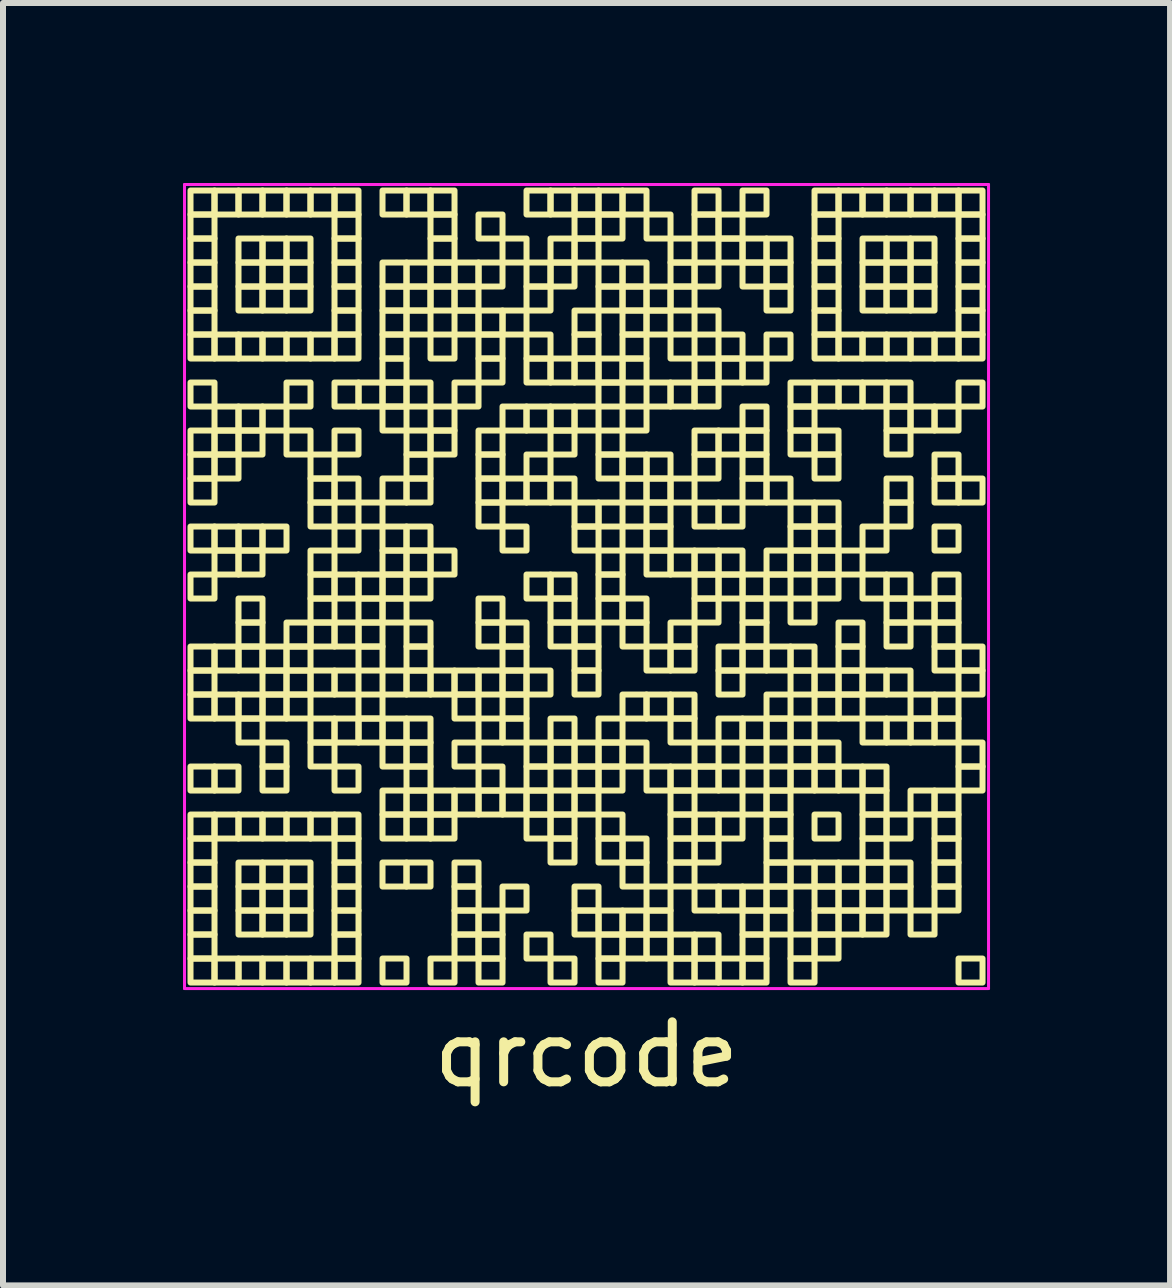
<source format=kicad_pcb>
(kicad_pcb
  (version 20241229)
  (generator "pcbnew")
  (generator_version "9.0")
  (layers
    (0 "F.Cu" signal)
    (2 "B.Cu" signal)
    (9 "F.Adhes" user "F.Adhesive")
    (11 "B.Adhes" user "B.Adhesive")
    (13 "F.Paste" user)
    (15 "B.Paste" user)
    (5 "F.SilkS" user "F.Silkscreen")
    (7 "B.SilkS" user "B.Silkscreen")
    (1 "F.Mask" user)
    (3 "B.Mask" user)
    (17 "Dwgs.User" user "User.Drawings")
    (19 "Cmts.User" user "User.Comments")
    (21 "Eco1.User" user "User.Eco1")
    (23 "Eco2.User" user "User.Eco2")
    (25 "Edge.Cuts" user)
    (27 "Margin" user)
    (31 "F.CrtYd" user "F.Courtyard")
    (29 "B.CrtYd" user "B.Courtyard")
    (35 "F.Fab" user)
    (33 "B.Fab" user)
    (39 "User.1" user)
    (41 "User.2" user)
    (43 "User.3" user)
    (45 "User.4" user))
  (footprint "qrcode"
    (layer "F.Cu")
    (at 6.725 6.725)
    (property "Reference" "qrcode" (at 0 7.8 0) (layer "F.SilkS") (effects (font (size 1 1) (thickness 0.15))))
    (fp_poly (pts (xy -6.2 -6.2) (xy -6.2 -6.6) (xy -6.6 -6.6) (xy -6.6 -6.2)) (stroke (width 0.1) (type solid)) (fill no) (layer "F.SilkS"))
    (fp_poly (pts (xy -6.2 -5.8) (xy -6.2 -6.2) (xy -6.6 -6.2) (xy -6.6 -5.8)) (stroke (width 0.1) (type solid)) (fill no) (layer "F.SilkS"))
    (fp_poly (pts (xy -6.2 -5.4) (xy -6.2 -5.8) (xy -6.6 -5.8) (xy -6.6 -5.4)) (stroke (width 0.1) (type solid)) (fill no) (layer "F.SilkS"))
    (fp_poly (pts (xy -6.2 -5) (xy -6.2 -5.4) (xy -6.6 -5.4) (xy -6.6 -5)) (stroke (width 0.1) (type solid)) (fill no) (layer "F.SilkS"))
    (fp_poly (pts (xy -6.2 -4.6) (xy -6.2 -5) (xy -6.6 -5) (xy -6.6 -4.6)) (stroke (width 0.1) (type solid)) (fill no) (layer "F.SilkS"))
    (fp_poly (pts (xy -6.2 -4.2) (xy -6.2 -4.6) (xy -6.6 -4.6) (xy -6.6 -4.2)) (stroke (width 0.1) (type solid)) (fill no) (layer "F.SilkS"))
    (fp_poly (pts (xy -6.2 -3.8) (xy -6.2 -4.2) (xy -6.6 -4.2) (xy -6.6 -3.8)) (stroke (width 0.1) (type solid)) (fill no) (layer "F.SilkS"))
    (fp_poly (pts (xy -6.2 -3) (xy -6.2 -3.4) (xy -6.6 -3.4) (xy -6.6 -3)) (stroke (width 0.1) (type solid)) (fill no) (layer "F.SilkS"))
    (fp_poly (pts (xy -6.2 -2.2) (xy -6.2 -2.6) (xy -6.6 -2.6) (xy -6.6 -2.2)) (stroke (width 0.1) (type solid)) (fill no) (layer "F.SilkS"))
    (fp_poly (pts (xy -6.2 -1.8) (xy -6.2 -2.2) (xy -6.6 -2.2) (xy -6.6 -1.8)) (stroke (width 0.1) (type solid)) (fill no) (layer "F.SilkS"))
    (fp_poly (pts (xy -6.2 -1.4) (xy -6.2 -1.8) (xy -6.6 -1.8) (xy -6.6 -1.4)) (stroke (width 0.1) (type solid)) (fill no) (layer "F.SilkS"))
    (fp_poly (pts (xy -6.2 -0.6) (xy -6.2 -1) (xy -6.6 -1) (xy -6.6 -0.6)) (stroke (width 0.1) (type solid)) (fill no) (layer "F.SilkS"))
    (fp_poly (pts (xy -6.2 0.2) (xy -6.2 -0.2) (xy -6.6 -0.2) (xy -6.6 0.2)) (stroke (width 0.1) (type solid)) (fill no) (layer "F.SilkS"))
    (fp_poly (pts (xy -6.2 1.4) (xy -6.2 1) (xy -6.6 1) (xy -6.6 1.4)) (stroke (width 0.1) (type solid)) (fill no) (layer "F.SilkS"))
    (fp_poly (pts (xy -6.2 1.8) (xy -6.2 1.4) (xy -6.6 1.4) (xy -6.6 1.8)) (stroke (width 0.1) (type solid)) (fill no) (layer "F.SilkS"))
    (fp_poly (pts (xy -6.2 2.2) (xy -6.2 1.8) (xy -6.6 1.8) (xy -6.6 2.2)) (stroke (width 0.1) (type solid)) (fill no) (layer "F.SilkS"))
    (fp_poly (pts (xy -6.2 3.4) (xy -6.2 3) (xy -6.6 3) (xy -6.6 3.4)) (stroke (width 0.1) (type solid)) (fill no) (layer "F.SilkS"))
    (fp_poly (pts (xy -6.2 4.2) (xy -6.2 3.8) (xy -6.6 3.8) (xy -6.6 4.2)) (stroke (width 0.1) (type solid)) (fill no) (layer "F.SilkS"))
    (fp_poly (pts (xy -6.2 4.6) (xy -6.2 4.2) (xy -6.6 4.2) (xy -6.6 4.6)) (stroke (width 0.1) (type solid)) (fill no) (layer "F.SilkS"))
    (fp_poly (pts (xy -6.2 5) (xy -6.2 4.6) (xy -6.6 4.6) (xy -6.6 5)) (stroke (width 0.1) (type solid)) (fill no) (layer "F.SilkS"))
    (fp_poly (pts (xy -6.2 5.4) (xy -6.2 5) (xy -6.6 5) (xy -6.6 5.4)) (stroke (width 0.1) (type solid)) (fill no) (layer "F.SilkS"))
    (fp_poly (pts (xy -6.2 5.8) (xy -6.2 5.4) (xy -6.6 5.4) (xy -6.6 5.8)) (stroke (width 0.1) (type solid)) (fill no) (layer "F.SilkS"))
    (fp_poly (pts (xy -6.2 6.2) (xy -6.2 5.8) (xy -6.6 5.8) (xy -6.6 6.2)) (stroke (width 0.1) (type solid)) (fill no) (layer "F.SilkS"))
    (fp_poly (pts (xy -6.2 6.6) (xy -6.2 6.2) (xy -6.6 6.2) (xy -6.6 6.6)) (stroke (width 0.1) (type solid)) (fill no) (layer "F.SilkS"))
    (fp_poly (pts (xy -5.8 -6.2) (xy -5.8 -6.6) (xy -6.2 -6.6) (xy -6.2 -6.2)) (stroke (width 0.1) (type solid)) (fill no) (layer "F.SilkS"))
    (fp_poly (pts (xy -5.8 -3.8) (xy -5.8 -4.2) (xy -6.2 -4.2) (xy -6.2 -3.8)) (stroke (width 0.1) (type solid)) (fill no) (layer "F.SilkS"))
    (fp_poly (pts (xy -5.8 -2.6) (xy -5.8 -3) (xy -6.2 -3) (xy -6.2 -2.6)) (stroke (width 0.1) (type solid)) (fill no) (layer "F.SilkS"))
    (fp_poly (pts (xy -5.8 -2.2) (xy -5.8 -2.6) (xy -6.2 -2.6) (xy -6.2 -2.2)) (stroke (width 0.1) (type solid)) (fill no) (layer "F.SilkS"))
    (fp_poly (pts (xy -5.8 -1.8) (xy -5.8 -2.2) (xy -6.2 -2.2) (xy -6.2 -1.8)) (stroke (width 0.1) (type solid)) (fill no) (layer "F.SilkS"))
    (fp_poly (pts (xy -5.8 -0.6) (xy -5.8 -1) (xy -6.2 -1) (xy -6.2 -0.6)) (stroke (width 0.1) (type solid)) (fill no) (layer "F.SilkS"))
    (fp_poly (pts (xy -5.8 -0.2) (xy -5.8 -0.6) (xy -6.2 -0.6) (xy -6.2 -0.2)) (stroke (width 0.1) (type solid)) (fill no) (layer "F.SilkS"))
    (fp_poly (pts (xy -5.8 1.4) (xy -5.8 1) (xy -6.2 1) (xy -6.2 1.4)) (stroke (width 0.1) (type solid)) (fill no) (layer "F.SilkS"))
    (fp_poly (pts (xy -5.8 2.2) (xy -5.8 1.8) (xy -6.2 1.8) (xy -6.2 2.2)) (stroke (width 0.1) (type solid)) (fill no) (layer "F.SilkS"))
    (fp_poly (pts (xy -5.8 3.4) (xy -5.8 3) (xy -6.2 3) (xy -6.2 3.4)) (stroke (width 0.1) (type solid)) (fill no) (layer "F.SilkS"))
    (fp_poly (pts (xy -5.8 4.2) (xy -5.8 3.8) (xy -6.2 3.8) (xy -6.2 4.2)) (stroke (width 0.1) (type solid)) (fill no) (layer "F.SilkS"))
    (fp_poly (pts (xy -5.8 6.6) (xy -5.8 6.2) (xy -6.2 6.2) (xy -6.2 6.6)) (stroke (width 0.1) (type solid)) (fill no) (layer "F.SilkS"))
    (fp_poly (pts (xy -5.4 -6.2) (xy -5.4 -6.6) (xy -5.8 -6.6) (xy -5.8 -6.2)) (stroke (width 0.1) (type solid)) (fill no) (layer "F.SilkS"))
    (fp_poly (pts (xy -5.4 -5.4) (xy -5.4 -5.8) (xy -5.8 -5.8) (xy -5.8 -5.4)) (stroke (width 0.1) (type solid)) (fill no) (layer "F.SilkS"))
    (fp_poly (pts (xy -5.4 -5) (xy -5.4 -5.4) (xy -5.8 -5.4) (xy -5.8 -5)) (stroke (width 0.1) (type solid)) (fill no) (layer "F.SilkS"))
    (fp_poly (pts (xy -5.4 -4.6) (xy -5.4 -5) (xy -5.8 -5) (xy -5.8 -4.6)) (stroke (width 0.1) (type solid)) (fill no) (layer "F.SilkS"))
    (fp_poly (pts (xy -5.4 -3.8) (xy -5.4 -4.2) (xy -5.8 -4.2) (xy -5.8 -3.8)) (stroke (width 0.1) (type solid)) (fill no) (layer "F.SilkS"))
    (fp_poly (pts (xy -5.4 -2.6) (xy -5.4 -3) (xy -5.8 -3) (xy -5.8 -2.6)) (stroke (width 0.1) (type solid)) (fill no) (layer "F.SilkS"))
    (fp_poly (pts (xy -5.4 -2.2) (xy -5.4 -2.6) (xy -5.8 -2.6) (xy -5.8 -2.2)) (stroke (width 0.1) (type solid)) (fill no) (layer "F.SilkS"))
    (fp_poly (pts (xy -5.4 -0.6) (xy -5.4 -1) (xy -5.8 -1) (xy -5.8 -0.6)) (stroke (width 0.1) (type solid)) (fill no) (layer "F.SilkS"))
    (fp_poly (pts (xy -5.4 -0.2) (xy -5.4 -0.6) (xy -5.8 -0.6) (xy -5.8 -0.2)) (stroke (width 0.1) (type solid)) (fill no) (layer "F.SilkS"))
    (fp_poly (pts (xy -5.4 0.6) (xy -5.4 0.2) (xy -5.8 0.2) (xy -5.8 0.6)) (stroke (width 0.1) (type solid)) (fill no) (layer "F.SilkS"))
    (fp_poly (pts (xy -5.4 1) (xy -5.4 0.6) (xy -5.8 0.6) (xy -5.8 1)) (stroke (width 0.1) (type solid)) (fill no) (layer "F.SilkS"))
    (fp_poly (pts (xy -5.4 1.4) (xy -5.4 1) (xy -5.8 1) (xy -5.8 1.4)) (stroke (width 0.1) (type solid)) (fill no) (layer "F.SilkS"))
    (fp_poly (pts (xy -5.4 2.2) (xy -5.4 1.8) (xy -5.8 1.8) (xy -5.8 2.2)) (stroke (width 0.1) (type solid)) (fill no) (layer "F.SilkS"))
    (fp_poly (pts (xy -5.4 2.6) (xy -5.4 2.2) (xy -5.8 2.2) (xy -5.8 2.6)) (stroke (width 0.1) (type solid)) (fill no) (layer "F.SilkS"))
    (fp_poly (pts (xy -5.4 4.2) (xy -5.4 3.8) (xy -5.8 3.8) (xy -5.8 4.2)) (stroke (width 0.1) (type solid)) (fill no) (layer "F.SilkS"))
    (fp_poly (pts (xy -5.4 5) (xy -5.4 4.6) (xy -5.8 4.6) (xy -5.8 5)) (stroke (width 0.1) (type solid)) (fill no) (layer "F.SilkS"))
    (fp_poly (pts (xy -5.4 5.4) (xy -5.4 5) (xy -5.8 5) (xy -5.8 5.4)) (stroke (width 0.1) (type solid)) (fill no) (layer "F.SilkS"))
    (fp_poly (pts (xy -5.4 5.8) (xy -5.4 5.4) (xy -5.8 5.4) (xy -5.8 5.8)) (stroke (width 0.1) (type solid)) (fill no) (layer "F.SilkS"))
    (fp_poly (pts (xy -5.4 6.6) (xy -5.4 6.2) (xy -5.8 6.2) (xy -5.8 6.6)) (stroke (width 0.1) (type solid)) (fill no) (layer "F.SilkS"))
    (fp_poly (pts (xy -5 -6.2) (xy -5 -6.6) (xy -5.4 -6.6) (xy -5.4 -6.2)) (stroke (width 0.1) (type solid)) (fill no) (layer "F.SilkS"))
    (fp_poly (pts (xy -5 -5.4) (xy -5 -5.8) (xy -5.4 -5.8) (xy -5.4 -5.4)) (stroke (width 0.1) (type solid)) (fill no) (layer "F.SilkS"))
    (fp_poly (pts (xy -5 -5) (xy -5 -5.4) (xy -5.4 -5.4) (xy -5.4 -5)) (stroke (width 0.1) (type solid)) (fill no) (layer "F.SilkS"))
    (fp_poly (pts (xy -5 -4.6) (xy -5 -5) (xy -5.4 -5) (xy -5.4 -4.6)) (stroke (width 0.1) (type solid)) (fill no) (layer "F.SilkS"))
    (fp_poly (pts (xy -5 -3.8) (xy -5 -4.2) (xy -5.4 -4.2) (xy -5.4 -3.8)) (stroke (width 0.1) (type solid)) (fill no) (layer "F.SilkS"))
    (fp_poly (pts (xy -5 -2.6) (xy -5 -3) (xy -5.4 -3) (xy -5.4 -2.6)) (stroke (width 0.1) (type solid)) (fill no) (layer "F.SilkS"))
    (fp_poly (pts (xy -5 -0.6) (xy -5 -1) (xy -5.4 -1) (xy -5.4 -0.6)) (stroke (width 0.1) (type solid)) (fill no) (layer "F.SilkS"))
    (fp_poly (pts (xy -5 1.4) (xy -5 1) (xy -5.4 1) (xy -5.4 1.4)) (stroke (width 0.1) (type solid)) (fill no) (layer "F.SilkS"))
    (fp_poly (pts (xy -5 1.8) (xy -5 1.4) (xy -5.4 1.4) (xy -5.4 1.8)) (stroke (width 0.1) (type solid)) (fill no) (layer "F.SilkS"))
    (fp_poly (pts (xy -5 2.2) (xy -5 1.8) (xy -5.4 1.8) (xy -5.4 2.2)) (stroke (width 0.1) (type solid)) (fill no) (layer "F.SilkS"))
    (fp_poly (pts (xy -5 3) (xy -5 2.6) (xy -5.4 2.6) (xy -5.4 3)) (stroke (width 0.1) (type solid)) (fill no) (layer "F.SilkS"))
    (fp_poly (pts (xy -5 3.4) (xy -5 3) (xy -5.4 3) (xy -5.4 3.4)) (stroke (width 0.1) (type solid)) (fill no) (layer "F.SilkS"))
    (fp_poly (pts (xy -5 4.2) (xy -5 3.8) (xy -5.4 3.8) (xy -5.4 4.2)) (stroke (width 0.1) (type solid)) (fill no) (layer "F.SilkS"))
    (fp_poly (pts (xy -5 5) (xy -5 4.6) (xy -5.4 4.6) (xy -5.4 5)) (stroke (width 0.1) (type solid)) (fill no) (layer "F.SilkS"))
    (fp_poly (pts (xy -5 5.4) (xy -5 5) (xy -5.4 5) (xy -5.4 5.4)) (stroke (width 0.1) (type solid)) (fill no) (layer "F.SilkS"))
    (fp_poly (pts (xy -5 5.8) (xy -5 5.4) (xy -5.4 5.4) (xy -5.4 5.8)) (stroke (width 0.1) (type solid)) (fill no) (layer "F.SilkS"))
    (fp_poly (pts (xy -5 6.6) (xy -5 6.2) (xy -5.4 6.2) (xy -5.4 6.6)) (stroke (width 0.1) (type solid)) (fill no) (layer "F.SilkS"))
    (fp_poly (pts (xy -4.6 -6.2) (xy -4.6 -6.6) (xy -5 -6.6) (xy -5 -6.2)) (stroke (width 0.1) (type solid)) (fill no) (layer "F.SilkS"))
    (fp_poly (pts (xy -4.6 -5.4) (xy -4.6 -5.8) (xy -5 -5.8) (xy -5 -5.4)) (stroke (width 0.1) (type solid)) (fill no) (layer "F.SilkS"))
    (fp_poly (pts (xy -4.6 -5) (xy -4.6 -5.4) (xy -5 -5.4) (xy -5 -5)) (stroke (width 0.1) (type solid)) (fill no) (layer "F.SilkS"))
    (fp_poly (pts (xy -4.6 -4.6) (xy -4.6 -5) (xy -5 -5) (xy -5 -4.6)) (stroke (width 0.1) (type solid)) (fill no) (layer "F.SilkS"))
    (fp_poly (pts (xy -4.6 -3.8) (xy -4.6 -4.2) (xy -5 -4.2) (xy -5 -3.8)) (stroke (width 0.1) (type solid)) (fill no) (layer "F.SilkS"))
    (fp_poly (pts (xy -4.6 -3) (xy -4.6 -3.4) (xy -5 -3.4) (xy -5 -3)) (stroke (width 0.1) (type solid)) (fill no) (layer "F.SilkS"))
    (fp_poly (pts (xy -4.6 -2.2) (xy -4.6 -2.6) (xy -5 -2.6) (xy -5 -2.2)) (stroke (width 0.1) (type solid)) (fill no) (layer "F.SilkS"))
    (fp_poly (pts (xy -4.6 1) (xy -4.6 0.6) (xy -5 0.6) (xy -5 1)) (stroke (width 0.1) (type solid)) (fill no) (layer "F.SilkS"))
    (fp_poly (pts (xy -4.6 1.4) (xy -4.6 1) (xy -5 1) (xy -5 1.4)) (stroke (width 0.1) (type solid)) (fill no) (layer "F.SilkS"))
    (fp_poly (pts (xy -4.6 1.8) (xy -4.6 1.4) (xy -5 1.4) (xy -5 1.8)) (stroke (width 0.1) (type solid)) (fill no) (layer "F.SilkS"))
    (fp_poly (pts (xy -4.6 2.2) (xy -4.6 1.8) (xy -5 1.8) (xy -5 2.2)) (stroke (width 0.1) (type solid)) (fill no) (layer "F.SilkS"))
    (fp_poly (pts (xy -4.6 4.2) (xy -4.6 3.8) (xy -5 3.8) (xy -5 4.2)) (stroke (width 0.1) (type solid)) (fill no) (layer "F.SilkS"))
    (fp_poly (pts (xy -4.6 5) (xy -4.6 4.6) (xy -5 4.6) (xy -5 5)) (stroke (width 0.1) (type solid)) (fill no) (layer "F.SilkS"))
    (fp_poly (pts (xy -4.6 5.4) (xy -4.6 5) (xy -5 5) (xy -5 5.4)) (stroke (width 0.1) (type solid)) (fill no) (layer "F.SilkS"))
    (fp_poly (pts (xy -4.6 5.8) (xy -4.6 5.4) (xy -5 5.4) (xy -5 5.8)) (stroke (width 0.1) (type solid)) (fill no) (layer "F.SilkS"))
    (fp_poly (pts (xy -4.6 6.6) (xy -4.6 6.2) (xy -5 6.2) (xy -5 6.6)) (stroke (width 0.1) (type solid)) (fill no) (layer "F.SilkS"))
    (fp_poly (pts (xy -4.2 -6.2) (xy -4.2 -6.6) (xy -4.6 -6.6) (xy -4.6 -6.2)) (stroke (width 0.1) (type solid)) (fill no) (layer "F.SilkS"))
    (fp_poly (pts (xy -4.2 -3.8) (xy -4.2 -4.2) (xy -4.6 -4.2) (xy -4.6 -3.8)) (stroke (width 0.1) (type solid)) (fill no) (layer "F.SilkS"))
    (fp_poly (pts (xy -4.2 -1.8) (xy -4.2 -2.2) (xy -4.6 -2.2) (xy -4.6 -1.8)) (stroke (width 0.1) (type solid)) (fill no) (layer "F.SilkS"))
    (fp_poly (pts (xy -4.2 -1.4) (xy -4.2 -1.8) (xy -4.6 -1.8) (xy -4.6 -1.4)) (stroke (width 0.1) (type solid)) (fill no) (layer "F.SilkS"))
    (fp_poly (pts (xy -4.2 -1) (xy -4.2 -1.4) (xy -4.6 -1.4) (xy -4.6 -1)) (stroke (width 0.1) (type solid)) (fill no) (layer "F.SilkS"))
    (fp_poly (pts (xy -4.2 -0.2) (xy -4.2 -0.6) (xy -4.6 -0.6) (xy -4.6 -0.2)) (stroke (width 0.1) (type solid)) (fill no) (layer "F.SilkS"))
    (fp_poly (pts (xy -4.2 0.2) (xy -4.2 -0.2) (xy -4.6 -0.2) (xy -4.6 0.2)) (stroke (width 0.1) (type solid)) (fill no) (layer "F.SilkS"))
    (fp_poly (pts (xy -4.2 0.6) (xy -4.2 0.2) (xy -4.6 0.2) (xy -4.6 0.6)) (stroke (width 0.1) (type solid)) (fill no) (layer "F.SilkS"))
    (fp_poly (pts (xy -4.2 1) (xy -4.2 0.6) (xy -4.6 0.6) (xy -4.6 1)) (stroke (width 0.1) (type solid)) (fill no) (layer "F.SilkS"))
    (fp_poly (pts (xy -4.2 1.8) (xy -4.2 1.4) (xy -4.6 1.4) (xy -4.6 1.8)) (stroke (width 0.1) (type solid)) (fill no) (layer "F.SilkS"))
    (fp_poly (pts (xy -4.2 2.6) (xy -4.2 2.2) (xy -4.6 2.2) (xy -4.6 2.6)) (stroke (width 0.1) (type solid)) (fill no) (layer "F.SilkS"))
    (fp_poly (pts (xy -4.2 3) (xy -4.2 2.6) (xy -4.6 2.6) (xy -4.6 3)) (stroke (width 0.1) (type solid)) (fill no) (layer "F.SilkS"))
    (fp_poly (pts (xy -4.2 4.2) (xy -4.2 3.8) (xy -4.6 3.8) (xy -4.6 4.2)) (stroke (width 0.1) (type solid)) (fill no) (layer "F.SilkS"))
    (fp_poly (pts (xy -4.2 6.6) (xy -4.2 6.2) (xy -4.6 6.2) (xy -4.6 6.6)) (stroke (width 0.1) (type solid)) (fill no) (layer "F.SilkS"))
    (fp_poly (pts (xy -3.8 -6.2) (xy -3.8 -6.6) (xy -4.2 -6.6) (xy -4.2 -6.2)) (stroke (width 0.1) (type solid)) (fill no) (layer "F.SilkS"))
    (fp_poly (pts (xy -3.8 -5.8) (xy -3.8 -6.2) (xy -4.2 -6.2) (xy -4.2 -5.8)) (stroke (width 0.1) (type solid)) (fill no) (layer "F.SilkS"))
    (fp_poly (pts (xy -3.8 -5.4) (xy -3.8 -5.8) (xy -4.2 -5.8) (xy -4.2 -5.4)) (stroke (width 0.1) (type solid)) (fill no) (layer "F.SilkS"))
    (fp_poly (pts (xy -3.8 -5) (xy -3.8 -5.4) (xy -4.2 -5.4) (xy -4.2 -5)) (stroke (width 0.1) (type solid)) (fill no) (layer "F.SilkS"))
    (fp_poly (pts (xy -3.8 -4.6) (xy -3.8 -5) (xy -4.2 -5) (xy -4.2 -4.6)) (stroke (width 0.1) (type solid)) (fill no) (layer "F.SilkS"))
    (fp_poly (pts (xy -3.8 -4.2) (xy -3.8 -4.6) (xy -4.2 -4.6) (xy -4.2 -4.2)) (stroke (width 0.1) (type solid)) (fill no) (layer "F.SilkS"))
    (fp_poly (pts (xy -3.8 -3.8) (xy -3.8 -4.2) (xy -4.2 -4.2) (xy -4.2 -3.8)) (stroke (width 0.1) (type solid)) (fill no) (layer "F.SilkS"))
    (fp_poly (pts (xy -3.8 -3) (xy -3.8 -3.4) (xy -4.2 -3.4) (xy -4.2 -3)) (stroke (width 0.1) (type solid)) (fill no) (layer "F.SilkS"))
    (fp_poly (pts (xy -3.8 -2.2) (xy -3.8 -2.6) (xy -4.2 -2.6) (xy -4.2 -2.2)) (stroke (width 0.1) (type solid)) (fill no) (layer "F.SilkS"))
    (fp_poly (pts (xy -3.8 -1.4) (xy -3.8 -1.8) (xy -4.2 -1.8) (xy -4.2 -1.4)) (stroke (width 0.1) (type solid)) (fill no) (layer "F.SilkS"))
    (fp_poly (pts (xy -3.8 -0.6) (xy -3.8 -1) (xy -4.2 -1) (xy -4.2 -0.6)) (stroke (width 0.1) (type solid)) (fill no) (layer "F.SilkS"))
    (fp_poly (pts (xy -3.8 0.2) (xy -3.8 -0.2) (xy -4.2 -0.2) (xy -4.2 0.2)) (stroke (width 0.1) (type solid)) (fill no) (layer "F.SilkS"))
    (fp_poly (pts (xy -3.8 1) (xy -3.8 0.6) (xy -4.2 0.6) (xy -4.2 1)) (stroke (width 0.1) (type solid)) (fill no) (layer "F.SilkS"))
    (fp_poly (pts (xy -3.8 1.8) (xy -3.8 1.4) (xy -4.2 1.4) (xy -4.2 1.8)) (stroke (width 0.1) (type solid)) (fill no) (layer "F.SilkS"))
    (fp_poly (pts (xy -3.8 2.6) (xy -3.8 2.2) (xy -4.2 2.2) (xy -4.2 2.6)) (stroke (width 0.1) (type solid)) (fill no) (layer "F.SilkS"))
    (fp_poly (pts (xy -3.8 3.4) (xy -3.8 3) (xy -4.2 3) (xy -4.2 3.4)) (stroke (width 0.1) (type solid)) (fill no) (layer "F.SilkS"))
    (fp_poly (pts (xy -3.8 4.2) (xy -3.8 3.8) (xy -4.2 3.8) (xy -4.2 4.2)) (stroke (width 0.1) (type solid)) (fill no) (layer "F.SilkS"))
    (fp_poly (pts (xy -3.8 4.6) (xy -3.8 4.2) (xy -4.2 4.2) (xy -4.2 4.6)) (stroke (width 0.1) (type solid)) (fill no) (layer "F.SilkS"))
    (fp_poly (pts (xy -3.8 5) (xy -3.8 4.6) (xy -4.2 4.6) (xy -4.2 5)) (stroke (width 0.1) (type solid)) (fill no) (layer "F.SilkS"))
    (fp_poly (pts (xy -3.8 5.4) (xy -3.8 5) (xy -4.2 5) (xy -4.2 5.4)) (stroke (width 0.1) (type solid)) (fill no) (layer "F.SilkS"))
    (fp_poly (pts (xy -3.8 5.8) (xy -3.8 5.4) (xy -4.2 5.4) (xy -4.2 5.8)) (stroke (width 0.1) (type solid)) (fill no) (layer "F.SilkS"))
    (fp_poly (pts (xy -3.8 6.2) (xy -3.8 5.8) (xy -4.2 5.8) (xy -4.2 6.2)) (stroke (width 0.1) (type solid)) (fill no) (layer "F.SilkS"))
    (fp_poly (pts (xy -3.8 6.6) (xy -3.8 6.2) (xy -4.2 6.2) (xy -4.2 6.6)) (stroke (width 0.1) (type solid)) (fill no) (layer "F.SilkS"))
    (fp_poly (pts (xy -3.4 -3) (xy -3.4 -3.4) (xy -3.8 -3.4) (xy -3.8 -3)) (stroke (width 0.1) (type solid)) (fill no) (layer "F.SilkS"))
    (fp_poly (pts (xy -3.4 -1) (xy -3.4 -1.4) (xy -3.8 -1.4) (xy -3.8 -1)) (stroke (width 0.1) (type solid)) (fill no) (layer "F.SilkS"))
    (fp_poly (pts (xy -3.4 0.2) (xy -3.4 -0.2) (xy -3.8 -0.2) (xy -3.8 0.2)) (stroke (width 0.1) (type solid)) (fill no) (layer "F.SilkS"))
    (fp_poly (pts (xy -3.4 0.6) (xy -3.4 0.2) (xy -3.8 0.2) (xy -3.8 0.6)) (stroke (width 0.1) (type solid)) (fill no) (layer "F.SilkS"))
    (fp_poly (pts (xy -3.4 1) (xy -3.4 0.6) (xy -3.8 0.6) (xy -3.8 1)) (stroke (width 0.1) (type solid)) (fill no) (layer "F.SilkS"))
    (fp_poly (pts (xy -3.4 1.4) (xy -3.4 1) (xy -3.8 1) (xy -3.8 1.4)) (stroke (width 0.1) (type solid)) (fill no) (layer "F.SilkS"))
    (fp_poly (pts (xy -3.4 2.2) (xy -3.4 1.8) (xy -3.8 1.8) (xy -3.8 2.2)) (stroke (width 0.1) (type solid)) (fill no) (layer "F.SilkS"))
    (fp_poly (pts (xy -3.4 2.6) (xy -3.4 2.2) (xy -3.8 2.2) (xy -3.8 2.6)) (stroke (width 0.1) (type solid)) (fill no) (layer "F.SilkS"))
    (fp_poly (pts (xy -3 -6.2) (xy -3 -6.6) (xy -3.4 -6.6) (xy -3.4 -6.2)) (stroke (width 0.1) (type solid)) (fill no) (layer "F.SilkS"))
    (fp_poly (pts (xy -3 -5) (xy -3 -5.4) (xy -3.4 -5.4) (xy -3.4 -5)) (stroke (width 0.1) (type solid)) (fill no) (layer "F.SilkS"))
    (fp_poly (pts (xy -3 -4.6) (xy -3 -5) (xy -3.4 -5) (xy -3.4 -4.6)) (stroke (width 0.1) (type solid)) (fill no) (layer "F.SilkS"))
    (fp_poly (pts (xy -3 -4.2) (xy -3 -4.6) (xy -3.4 -4.6) (xy -3.4 -4.2)) (stroke (width 0.1) (type solid)) (fill no) (layer "F.SilkS"))
    (fp_poly (pts (xy -3 -3.8) (xy -3 -4.2) (xy -3.4 -4.2) (xy -3.4 -3.8)) (stroke (width 0.1) (type solid)) (fill no) (layer "F.SilkS"))
    (fp_poly (pts (xy -3 -3.4) (xy -3 -3.8) (xy -3.4 -3.8) (xy -3.4 -3.4)) (stroke (width 0.1) (type solid)) (fill no) (layer "F.SilkS"))
    (fp_poly (pts (xy -3 -3) (xy -3 -3.4) (xy -3.4 -3.4) (xy -3.4 -3)) (stroke (width 0.1) (type solid)) (fill no) (layer "F.SilkS"))
    (fp_poly (pts (xy -3 -2.6) (xy -3 -3) (xy -3.4 -3) (xy -3.4 -2.6)) (stroke (width 0.1) (type solid)) (fill no) (layer "F.SilkS"))
    (fp_poly (pts (xy -3 -1.4) (xy -3 -1.8) (xy -3.4 -1.8) (xy -3.4 -1.4)) (stroke (width 0.1) (type solid)) (fill no) (layer "F.SilkS"))
    (fp_poly (pts (xy -3 -0.6) (xy -3 -1) (xy -3.4 -1) (xy -3.4 -0.6)) (stroke (width 0.1) (type solid)) (fill no) (layer "F.SilkS"))
    (fp_poly (pts (xy -3 -0.2) (xy -3 -0.6) (xy -3.4 -0.6) (xy -3.4 -0.2)) (stroke (width 0.1) (type solid)) (fill no) (layer "F.SilkS"))
    (fp_poly (pts (xy -3 0.2) (xy -3 -0.2) (xy -3.4 -0.2) (xy -3.4 0.2)) (stroke (width 0.1) (type solid)) (fill no) (layer "F.SilkS"))
    (fp_poly (pts (xy -3 0.6) (xy -3 0.2) (xy -3.4 0.2) (xy -3.4 0.6)) (stroke (width 0.1) (type solid)) (fill no) (layer "F.SilkS"))
    (fp_poly (pts (xy -3 1.8) (xy -3 1.4) (xy -3.4 1.4) (xy -3.4 1.8)) (stroke (width 0.1) (type solid)) (fill no) (layer "F.SilkS"))
    (fp_poly (pts (xy -3 2.6) (xy -3 2.2) (xy -3.4 2.2) (xy -3.4 2.6)) (stroke (width 0.1) (type solid)) (fill no) (layer "F.SilkS"))
    (fp_poly (pts (xy -3 3) (xy -3 2.6) (xy -3.4 2.6) (xy -3.4 3)) (stroke (width 0.1) (type solid)) (fill no) (layer "F.SilkS"))
    (fp_poly (pts (xy -3 3.8) (xy -3 3.4) (xy -3.4 3.4) (xy -3.4 3.8)) (stroke (width 0.1) (type solid)) (fill no) (layer "F.SilkS"))
    (fp_poly (pts (xy -3 4.2) (xy -3 3.8) (xy -3.4 3.8) (xy -3.4 4.2)) (stroke (width 0.1) (type solid)) (fill no) (layer "F.SilkS"))
    (fp_poly (pts (xy -3 5) (xy -3 4.6) (xy -3.4 4.6) (xy -3.4 5)) (stroke (width 0.1) (type solid)) (fill no) (layer "F.SilkS"))
    (fp_poly (pts (xy -3 6.6) (xy -3 6.2) (xy -3.4 6.2) (xy -3.4 6.6)) (stroke (width 0.1) (type solid)) (fill no) (layer "F.SilkS"))
    (fp_poly (pts (xy -2.6 -6.2) (xy -2.6 -6.6) (xy -3 -6.6) (xy -3 -6.2)) (stroke (width 0.1) (type solid)) (fill no) (layer "F.SilkS"))
    (fp_poly (pts (xy -2.6 -5) (xy -2.6 -5.4) (xy -3 -5.4) (xy -3 -5)) (stroke (width 0.1) (type solid)) (fill no) (layer "F.SilkS"))
    (fp_poly (pts (xy -2.6 -4.6) (xy -2.6 -5) (xy -3 -5) (xy -3 -4.6)) (stroke (width 0.1) (type solid)) (fill no) (layer "F.SilkS"))
    (fp_poly (pts (xy -2.6 -4.2) (xy -2.6 -4.6) (xy -3 -4.6) (xy -3 -4.2)) (stroke (width 0.1) (type solid)) (fill no) (layer "F.SilkS"))
    (fp_poly (pts (xy -2.6 -3) (xy -2.6 -3.4) (xy -3 -3.4) (xy -3 -3)) (stroke (width 0.1) (type solid)) (fill no) (layer "F.SilkS"))
    (fp_poly (pts (xy -2.6 -2.2) (xy -2.6 -2.6) (xy -3 -2.6) (xy -3 -2.2)) (stroke (width 0.1) (type solid)) (fill no) (layer "F.SilkS"))
    (fp_poly (pts (xy -2.6 -1.8) (xy -2.6 -2.2) (xy -3 -2.2) (xy -3 -1.8)) (stroke (width 0.1) (type solid)) (fill no) (layer "F.SilkS"))
    (fp_poly (pts (xy -2.6 -1.4) (xy -2.6 -1.8) (xy -3 -1.8) (xy -3 -1.4)) (stroke (width 0.1) (type solid)) (fill no) (layer "F.SilkS"))
    (fp_poly (pts (xy -2.6 -0.6) (xy -2.6 -1) (xy -3 -1) (xy -3 -0.6)) (stroke (width 0.1) (type solid)) (fill no) (layer "F.SilkS"))
    (fp_poly (pts (xy -2.6 -0.2) (xy -2.6 -0.6) (xy -3 -0.6) (xy -3 -0.2)) (stroke (width 0.1) (type solid)) (fill no) (layer "F.SilkS"))
    (fp_poly (pts (xy -2.6 0.2) (xy -2.6 -0.2) (xy -3 -0.2) (xy -3 0.2)) (stroke (width 0.1) (type solid)) (fill no) (layer "F.SilkS"))
    (fp_poly (pts (xy -2.6 1) (xy -2.6 0.6) (xy -3 0.6) (xy -3 1)) (stroke (width 0.1) (type solid)) (fill no) (layer "F.SilkS"))
    (fp_poly (pts (xy -2.6 1.4) (xy -2.6 1) (xy -3 1) (xy -3 1.4)) (stroke (width 0.1) (type solid)) (fill no) (layer "F.SilkS"))
    (fp_poly (pts (xy -2.6 1.8) (xy -2.6 1.4) (xy -3 1.4) (xy -3 1.8)) (stroke (width 0.1) (type solid)) (fill no) (layer "F.SilkS"))
    (fp_poly (pts (xy -2.6 2.6) (xy -2.6 2.2) (xy -3 2.2) (xy -3 2.6)) (stroke (width 0.1) (type solid)) (fill no) (layer "F.SilkS"))
    (fp_poly (pts (xy -2.6 3) (xy -2.6 2.6) (xy -3 2.6) (xy -3 3)) (stroke (width 0.1) (type solid)) (fill no) (layer "F.SilkS"))
    (fp_poly (pts (xy -2.6 3.4) (xy -2.6 3) (xy -3 3) (xy -3 3.4)) (stroke (width 0.1) (type solid)) (fill no) (layer "F.SilkS"))
    (fp_poly (pts (xy -2.6 3.8) (xy -2.6 3.4) (xy -3 3.4) (xy -3 3.8)) (stroke (width 0.1) (type solid)) (fill no) (layer "F.SilkS"))
    (fp_poly (pts (xy -2.6 4.2) (xy -2.6 3.8) (xy -3 3.8) (xy -3 4.2)) (stroke (width 0.1) (type solid)) (fill no) (layer "F.SilkS"))
    (fp_poly (pts (xy -2.6 5) (xy -2.6 4.6) (xy -3 4.6) (xy -3 5)) (stroke (width 0.1) (type solid)) (fill no) (layer "F.SilkS"))
    (fp_poly (pts (xy -2.2 -6.2) (xy -2.2 -6.6) (xy -2.6 -6.6) (xy -2.6 -6.2)) (stroke (width 0.1) (type solid)) (fill no) (layer "F.SilkS"))
    (fp_poly (pts (xy -2.2 -5.8) (xy -2.2 -6.2) (xy -2.6 -6.2) (xy -2.6 -5.8)) (stroke (width 0.1) (type solid)) (fill no) (layer "F.SilkS"))
    (fp_poly (pts (xy -2.2 -5.4) (xy -2.2 -5.8) (xy -2.6 -5.8) (xy -2.6 -5.4)) (stroke (width 0.1) (type solid)) (fill no) (layer "F.SilkS"))
    (fp_poly (pts (xy -2.2 -5) (xy -2.2 -5.4) (xy -2.6 -5.4) (xy -2.6 -5)) (stroke (width 0.1) (type solid)) (fill no) (layer "F.SilkS"))
    (fp_poly (pts (xy -2.2 -4.6) (xy -2.2 -5) (xy -2.6 -5) (xy -2.6 -4.6)) (stroke (width 0.1) (type solid)) (fill no) (layer "F.SilkS"))
    (fp_poly (pts (xy -2.2 -3.8) (xy -2.2 -4.2) (xy -2.6 -4.2) (xy -2.6 -3.8)) (stroke (width 0.1) (type solid)) (fill no) (layer "F.SilkS"))
    (fp_poly (pts (xy -2.2 -2.6) (xy -2.2 -3) (xy -2.6 -3) (xy -2.6 -2.6)) (stroke (width 0.1) (type solid)) (fill no) (layer "F.SilkS"))
    (fp_poly (pts (xy -2.2 -2.2) (xy -2.2 -2.6) (xy -2.6 -2.6) (xy -2.6 -2.2)) (stroke (width 0.1) (type solid)) (fill no) (layer "F.SilkS"))
    (fp_poly (pts (xy -2.2 -0.2) (xy -2.2 -0.6) (xy -2.6 -0.6) (xy -2.6 -0.2)) (stroke (width 0.1) (type solid)) (fill no) (layer "F.SilkS"))
    (fp_poly (pts (xy -2.2 1.8) (xy -2.2 1.4) (xy -2.6 1.4) (xy -2.6 1.8)) (stroke (width 0.1) (type solid)) (fill no) (layer "F.SilkS"))
    (fp_poly (pts (xy -2.2 3.8) (xy -2.2 3.4) (xy -2.6 3.4) (xy -2.6 3.8)) (stroke (width 0.1) (type solid)) (fill no) (layer "F.SilkS"))
    (fp_poly (pts (xy -2.2 4.2) (xy -2.2 3.8) (xy -2.6 3.8) (xy -2.6 4.2)) (stroke (width 0.1) (type solid)) (fill no) (layer "F.SilkS"))
    (fp_poly (pts (xy -2.2 6.6) (xy -2.2 6.2) (xy -2.6 6.2) (xy -2.6 6.6)) (stroke (width 0.1) (type solid)) (fill no) (layer "F.SilkS"))
    (fp_poly (pts (xy -1.8 -5) (xy -1.8 -5.4) (xy -2.2 -5.4) (xy -2.2 -5)) (stroke (width 0.1) (type solid)) (fill no) (layer "F.SilkS"))
    (fp_poly (pts (xy -1.8 -4.6) (xy -1.8 -5) (xy -2.2 -5) (xy -2.2 -4.6)) (stroke (width 0.1) (type solid)) (fill no) (layer "F.SilkS"))
    (fp_poly (pts (xy -1.8 -4.2) (xy -1.8 -4.6) (xy -2.2 -4.6) (xy -2.2 -4.2)) (stroke (width 0.1) (type solid)) (fill no) (layer "F.SilkS"))
    (fp_poly (pts (xy -1.8 -3) (xy -1.8 -3.4) (xy -2.2 -3.4) (xy -2.2 -3)) (stroke (width 0.1) (type solid)) (fill no) (layer "F.SilkS"))
    (fp_poly (pts (xy -1.8 1.8) (xy -1.8 1.4) (xy -2.2 1.4) (xy -2.2 1.8)) (stroke (width 0.1) (type solid)) (fill no) (layer "F.SilkS"))
    (fp_poly (pts (xy -1.8 2.2) (xy -1.8 1.8) (xy -2.2 1.8) (xy -2.2 2.2)) (stroke (width 0.1) (type solid)) (fill no) (layer "F.SilkS"))
    (fp_poly (pts (xy -1.8 3) (xy -1.8 2.6) (xy -2.2 2.6) (xy -2.2 3)) (stroke (width 0.1) (type solid)) (fill no) (layer "F.SilkS"))
    (fp_poly (pts (xy -1.8 3.8) (xy -1.8 3.4) (xy -2.2 3.4) (xy -2.2 3.8)) (stroke (width 0.1) (type solid)) (fill no) (layer "F.SilkS"))
    (fp_poly (pts (xy -1.8 5) (xy -1.8 4.6) (xy -2.2 4.6) (xy -2.2 5)) (stroke (width 0.1) (type solid)) (fill no) (layer "F.SilkS"))
    (fp_poly (pts (xy -1.8 5.4) (xy -1.8 5) (xy -2.2 5) (xy -2.2 5.4)) (stroke (width 0.1) (type solid)) (fill no) (layer "F.SilkS"))
    (fp_poly (pts (xy -1.8 5.8) (xy -1.8 5.4) (xy -2.2 5.4) (xy -2.2 5.8)) (stroke (width 0.1) (type solid)) (fill no) (layer "F.SilkS"))
    (fp_poly (pts (xy -1.8 6.2) (xy -1.8 5.8) (xy -2.2 5.8) (xy -2.2 6.2)) (stroke (width 0.1) (type solid)) (fill no) (layer "F.SilkS"))
    (fp_poly (pts (xy -1.4 -5.8) (xy -1.4 -6.2) (xy -1.8 -6.2) (xy -1.8 -5.8)) (stroke (width 0.1) (type solid)) (fill no) (layer "F.SilkS"))
    (fp_poly (pts (xy -1.4 -5) (xy -1.4 -5.4) (xy -1.8 -5.4) (xy -1.8 -5)) (stroke (width 0.1) (type solid)) (fill no) (layer "F.SilkS"))
    (fp_poly (pts (xy -1.4 -4.2) (xy -1.4 -4.6) (xy -1.8 -4.6) (xy -1.8 -4.2)) (stroke (width 0.1) (type solid)) (fill no) (layer "F.SilkS"))
    (fp_poly (pts (xy -1.4 -3.8) (xy -1.4 -4.2) (xy -1.8 -4.2) (xy -1.8 -3.8)) (stroke (width 0.1) (type solid)) (fill no) (layer "F.SilkS"))
    (fp_poly (pts (xy -1.4 -3.4) (xy -1.4 -3.8) (xy -1.8 -3.8) (xy -1.8 -3.4)) (stroke (width 0.1) (type solid)) (fill no) (layer "F.SilkS"))
    (fp_poly (pts (xy -1.4 -2.2) (xy -1.4 -2.6) (xy -1.8 -2.6) (xy -1.8 -2.2)) (stroke (width 0.1) (type solid)) (fill no) (layer "F.SilkS"))
    (fp_poly (pts (xy -1.4 -1.8) (xy -1.4 -2.2) (xy -1.8 -2.2) (xy -1.8 -1.8)) (stroke (width 0.1) (type solid)) (fill no) (layer "F.SilkS"))
    (fp_poly (pts (xy -1.4 -1.4) (xy -1.4 -1.8) (xy -1.8 -1.8) (xy -1.8 -1.4)) (stroke (width 0.1) (type solid)) (fill no) (layer "F.SilkS"))
    (fp_poly (pts (xy -1.4 -1) (xy -1.4 -1.4) (xy -1.8 -1.4) (xy -1.8 -1)) (stroke (width 0.1) (type solid)) (fill no) (layer "F.SilkS"))
    (fp_poly (pts (xy -1.4 0.6) (xy -1.4 0.2) (xy -1.8 0.2) (xy -1.8 0.6)) (stroke (width 0.1) (type solid)) (fill no) (layer "F.SilkS"))
    (fp_poly (pts (xy -1.4 1) (xy -1.4 0.6) (xy -1.8 0.6) (xy -1.8 1)) (stroke (width 0.1) (type solid)) (fill no) (layer "F.SilkS"))
    (fp_poly (pts (xy -1.4 1.8) (xy -1.4 1.4) (xy -1.8 1.4) (xy -1.8 1.8)) (stroke (width 0.1) (type solid)) (fill no) (layer "F.SilkS"))
    (fp_poly (pts (xy -1.4 2.6) (xy -1.4 2.2) (xy -1.8 2.2) (xy -1.8 2.6)) (stroke (width 0.1) (type solid)) (fill no) (layer "F.SilkS"))
    (fp_poly (pts (xy -1.4 3.4) (xy -1.4 3) (xy -1.8 3) (xy -1.8 3.4)) (stroke (width 0.1) (type solid)) (fill no) (layer "F.SilkS"))
    (fp_poly (pts (xy -1.4 3.8) (xy -1.4 3.4) (xy -1.8 3.4) (xy -1.8 3.8)) (stroke (width 0.1) (type solid)) (fill no) (layer "F.SilkS"))
    (fp_poly (pts (xy -1.4 5.8) (xy -1.4 5.4) (xy -1.8 5.4) (xy -1.8 5.8)) (stroke (width 0.1) (type solid)) (fill no) (layer "F.SilkS"))
    (fp_poly (pts (xy -1.4 6.2) (xy -1.4 5.8) (xy -1.8 5.8) (xy -1.8 6.2)) (stroke (width 0.1) (type solid)) (fill no) (layer "F.SilkS"))
    (fp_poly (pts (xy -1.4 6.6) (xy -1.4 6.2) (xy -1.8 6.2) (xy -1.8 6.6)) (stroke (width 0.1) (type solid)) (fill no) (layer "F.SilkS"))
    (fp_poly (pts (xy -1 -5.4) (xy -1 -5.8) (xy -1.4 -5.8) (xy -1.4 -5.4)) (stroke (width 0.1) (type solid)) (fill no) (layer "F.SilkS"))
    (fp_poly (pts (xy -1 -4.2) (xy -1 -4.6) (xy -1.4 -4.6) (xy -1.4 -4.2)) (stroke (width 0.1) (type solid)) (fill no) (layer "F.SilkS"))
    (fp_poly (pts (xy -1 -2.6) (xy -1 -3) (xy -1.4 -3) (xy -1.4 -2.6)) (stroke (width 0.1) (type solid)) (fill no) (layer "F.SilkS"))
    (fp_poly (pts (xy -1 -1.4) (xy -1 -1.8) (xy -1.4 -1.8) (xy -1.4 -1.4)) (stroke (width 0.1) (type solid)) (fill no) (layer "F.SilkS"))
    (fp_poly (pts (xy -1 -0.6) (xy -1 -1) (xy -1.4 -1) (xy -1.4 -0.6)) (stroke (width 0.1) (type solid)) (fill no) (layer "F.SilkS"))
    (fp_poly (pts (xy -1 1) (xy -1 0.6) (xy -1.4 0.6) (xy -1.4 1)) (stroke (width 0.1) (type solid)) (fill no) (layer "F.SilkS"))
    (fp_poly (pts (xy -1 1.4) (xy -1 1) (xy -1.4 1) (xy -1.4 1.4)) (stroke (width 0.1) (type solid)) (fill no) (layer "F.SilkS"))
    (fp_poly (pts (xy -1 1.8) (xy -1 1.4) (xy -1.4 1.4) (xy -1.4 1.8)) (stroke (width 0.1) (type solid)) (fill no) (layer "F.SilkS"))
    (fp_poly (pts (xy -1 2.2) (xy -1 1.8) (xy -1.4 1.8) (xy -1.4 2.2)) (stroke (width 0.1) (type solid)) (fill no) (layer "F.SilkS"))
    (fp_poly (pts (xy -1 2.6) (xy -1 2.2) (xy -1.4 2.2) (xy -1.4 2.6)) (stroke (width 0.1) (type solid)) (fill no) (layer "F.SilkS"))
    (fp_poly (pts (xy -1 3.8) (xy -1 3.4) (xy -1.4 3.4) (xy -1.4 3.8)) (stroke (width 0.1) (type solid)) (fill no) (layer "F.SilkS"))
    (fp_poly (pts (xy -1 5.4) (xy -1 5) (xy -1.4 5) (xy -1.4 5.4)) (stroke (width 0.1) (type solid)) (fill no) (layer "F.SilkS"))
    (fp_poly (pts (xy -0.6 -6.2) (xy -0.6 -6.6) (xy -1 -6.6) (xy -1 -6.2)) (stroke (width 0.1) (type solid)) (fill no) (layer "F.SilkS"))
    (fp_poly (pts (xy -0.6 -5) (xy -0.6 -5.4) (xy -1 -5.4) (xy -1 -5)) (stroke (width 0.1) (type solid)) (fill no) (layer "F.SilkS"))
    (fp_poly (pts (xy -0.6 -4.6) (xy -0.6 -5) (xy -1 -5) (xy -1 -4.6)) (stroke (width 0.1) (type solid)) (fill no) (layer "F.SilkS"))
    (fp_poly (pts (xy -0.6 -3.8) (xy -0.6 -4.2) (xy -1 -4.2) (xy -1 -3.8)) (stroke (width 0.1) (type solid)) (fill no) (layer "F.SilkS"))
    (fp_poly (pts (xy -0.6 -3.4) (xy -0.6 -3.8) (xy -1 -3.8) (xy -1 -3.4)) (stroke (width 0.1) (type solid)) (fill no) (layer "F.SilkS"))
    (fp_poly (pts (xy -0.6 -2.6) (xy -0.6 -3) (xy -1 -3) (xy -1 -2.6)) (stroke (width 0.1) (type solid)) (fill no) (layer "F.SilkS"))
    (fp_poly (pts (xy -0.6 -1.8) (xy -0.6 -2.2) (xy -1 -2.2) (xy -1 -1.8)) (stroke (width 0.1) (type solid)) (fill no) (layer "F.SilkS"))
    (fp_poly (pts (xy -0.6 -1.4) (xy -0.6 -1.8) (xy -1 -1.8) (xy -1 -1.4)) (stroke (width 0.1) (type solid)) (fill no) (layer "F.SilkS"))
    (fp_poly (pts (xy -0.6 0.2) (xy -0.6 -0.2) (xy -1 -0.2) (xy -1 0.2)) (stroke (width 0.1) (type solid)) (fill no) (layer "F.SilkS"))
    (fp_poly (pts (xy -0.6 1.8) (xy -0.6 1.4) (xy -1 1.4) (xy -1 1.8)) (stroke (width 0.1) (type solid)) (fill no) (layer "F.SilkS"))
    (fp_poly (pts (xy -0.6 3) (xy -0.6 2.6) (xy -1 2.6) (xy -1 3)) (stroke (width 0.1) (type solid)) (fill no) (layer "F.SilkS"))
    (fp_poly (pts (xy -0.6 3.4) (xy -0.6 3) (xy -1 3) (xy -1 3.4)) (stroke (width 0.1) (type solid)) (fill no) (layer "F.SilkS"))
    (fp_poly (pts (xy -0.6 3.8) (xy -0.6 3.4) (xy -1 3.4) (xy -1 3.8)) (stroke (width 0.1) (type solid)) (fill no) (layer "F.SilkS"))
    (fp_poly (pts (xy -0.6 4.2) (xy -0.6 3.8) (xy -1 3.8) (xy -1 4.2)) (stroke (width 0.1) (type solid)) (fill no) (layer "F.SilkS"))
    (fp_poly (pts (xy -0.6 6.2) (xy -0.6 5.8) (xy -1 5.8) (xy -1 6.2)) (stroke (width 0.1) (type solid)) (fill no) (layer "F.SilkS"))
    (fp_poly (pts (xy -0.2 -6.2) (xy -0.2 -6.6) (xy -0.6 -6.6) (xy -0.6 -6.2)) (stroke (width 0.1) (type solid)) (fill no) (layer "F.SilkS"))
    (fp_poly (pts (xy -0.2 -5.4) (xy -0.2 -5.8) (xy -0.6 -5.8) (xy -0.6 -5.4)) (stroke (width 0.1) (type solid)) (fill no) (layer "F.SilkS"))
    (fp_poly (pts (xy -0.2 -5) (xy -0.2 -5.4) (xy -0.6 -5.4) (xy -0.6 -5)) (stroke (width 0.1) (type solid)) (fill no) (layer "F.SilkS"))
    (fp_poly (pts (xy -0.2 -3.4) (xy -0.2 -3.8) (xy -0.6 -3.8) (xy -0.6 -3.4)) (stroke (width 0.1) (type solid)) (fill no) (layer "F.SilkS"))
    (fp_poly (pts (xy -0.2 -2.6) (xy -0.2 -3) (xy -0.6 -3) (xy -0.6 -2.6)) (stroke (width 0.1) (type solid)) (fill no) (layer "F.SilkS"))
    (fp_poly (pts (xy -0.2 -2.2) (xy -0.2 -2.6) (xy -0.6 -2.6) (xy -0.6 -2.2)) (stroke (width 0.1) (type solid)) (fill no) (layer "F.SilkS"))
    (fp_poly (pts (xy -0.2 -1.4) (xy -0.2 -1.8) (xy -0.6 -1.8) (xy -0.6 -1.4)) (stroke (width 0.1) (type solid)) (fill no) (layer "F.SilkS"))
    (fp_poly (pts (xy -0.2 0.2) (xy -0.2 -0.2) (xy -0.6 -0.2) (xy -0.6 0.2)) (stroke (width 0.1) (type solid)) (fill no) (layer "F.SilkS"))
    (fp_poly (pts (xy -0.2 0.6) (xy -0.2 0.2) (xy -0.6 0.2) (xy -0.6 0.6)) (stroke (width 0.1) (type solid)) (fill no) (layer "F.SilkS"))
    (fp_poly (pts (xy -0.2 1) (xy -0.2 0.6) (xy -0.6 0.6) (xy -0.6 1)) (stroke (width 0.1) (type solid)) (fill no) (layer "F.SilkS"))
    (fp_poly (pts (xy -0.2 2.6) (xy -0.2 2.2) (xy -0.6 2.2) (xy -0.6 2.6)) (stroke (width 0.1) (type solid)) (fill no) (layer "F.SilkS"))
    (fp_poly (pts (xy -0.2 3) (xy -0.2 2.6) (xy -0.6 2.6) (xy -0.6 3)) (stroke (width 0.1) (type solid)) (fill no) (layer "F.SilkS"))
    (fp_poly (pts (xy -0.2 3.8) (xy -0.2 3.4) (xy -0.6 3.4) (xy -0.6 3.8)) (stroke (width 0.1) (type solid)) (fill no) (layer "F.SilkS"))
    (fp_poly (pts (xy -0.2 4.2) (xy -0.2 3.8) (xy -0.6 3.8) (xy -0.6 4.2)) (stroke (width 0.1) (type solid)) (fill no) (layer "F.SilkS"))
    (fp_poly (pts (xy -0.2 4.6) (xy -0.2 4.2) (xy -0.6 4.2) (xy -0.6 4.6)) (stroke (width 0.1) (type solid)) (fill no) (layer "F.SilkS"))
    (fp_poly (pts (xy -0.2 6.6) (xy -0.2 6.2) (xy -0.6 6.2) (xy -0.6 6.6)) (stroke (width 0.1) (type solid)) (fill no) (layer "F.SilkS"))
    (fp_poly (pts (xy 0.2 -6.2) (xy 0.2 -6.6) (xy -0.2 -6.6) (xy -0.2 -6.2)) (stroke (width 0.1) (type solid)) (fill no) (layer "F.SilkS"))
    (fp_poly (pts (xy 0.2 -5.8) (xy 0.2 -6.2) (xy -0.2 -6.2) (xy -0.2 -5.8)) (stroke (width 0.1) (type solid)) (fill no) (layer "F.SilkS"))
    (fp_poly (pts (xy 0.2 -5.4) (xy 0.2 -5.8) (xy -0.2 -5.8) (xy -0.2 -5.4)) (stroke (width 0.1) (type solid)) (fill no) (layer "F.SilkS"))
    (fp_poly (pts (xy 0.2 -4.2) (xy 0.2 -4.6) (xy -0.2 -4.6) (xy -0.2 -4.2)) (stroke (width 0.1) (type solid)) (fill no) (layer "F.SilkS"))
    (fp_poly (pts (xy 0.2 -3.8) (xy 0.2 -4.2) (xy -0.2 -4.2) (xy -0.2 -3.8)) (stroke (width 0.1) (type solid)) (fill no) (layer "F.SilkS"))
    (fp_poly (pts (xy 0.2 -3.4) (xy 0.2 -3.8) (xy -0.2 -3.8) (xy -0.2 -3.4)) (stroke (width 0.1) (type solid)) (fill no) (layer "F.SilkS"))
    (fp_poly (pts (xy 0.2 -2.6) (xy 0.2 -3) (xy -0.2 -3) (xy -0.2 -2.6)) (stroke (width 0.1) (type solid)) (fill no) (layer "F.SilkS"))
    (fp_poly (pts (xy 0.2 -1) (xy 0.2 -1.4) (xy -0.2 -1.4) (xy -0.2 -1)) (stroke (width 0.1) (type solid)) (fill no) (layer "F.SilkS"))
    (fp_poly (pts (xy 0.2 -0.6) (xy 0.2 -1) (xy -0.2 -1) (xy -0.2 -0.6)) (stroke (width 0.1) (type solid)) (fill no) (layer "F.SilkS"))
    (fp_poly (pts (xy 0.2 1) (xy 0.2 0.6) (xy -0.2 0.6) (xy -0.2 1)) (stroke (width 0.1) (type solid)) (fill no) (layer "F.SilkS"))
    (fp_poly (pts (xy 0.2 1.4) (xy 0.2 1) (xy -0.2 1) (xy -0.2 1.4)) (stroke (width 0.1) (type solid)) (fill no) (layer "F.SilkS"))
    (fp_poly (pts (xy 0.2 1.8) (xy 0.2 1.4) (xy -0.2 1.4) (xy -0.2 1.8)) (stroke (width 0.1) (type solid)) (fill no) (layer "F.SilkS"))
    (fp_poly (pts (xy 0.2 3) (xy 0.2 2.6) (xy -0.2 2.6) (xy -0.2 3)) (stroke (width 0.1) (type solid)) (fill no) (layer "F.SilkS"))
    (fp_poly (pts (xy 0.2 3.4) (xy 0.2 3) (xy -0.2 3) (xy -0.2 3.4)) (stroke (width 0.1) (type solid)) (fill no) (layer "F.SilkS"))
    (fp_poly (pts (xy 0.2 3.8) (xy 0.2 3.4) (xy -0.2 3.4) (xy -0.2 3.8)) (stroke (width 0.1) (type solid)) (fill no) (layer "F.SilkS"))
    (fp_poly (pts (xy 0.2 5.4) (xy 0.2 5) (xy -0.2 5) (xy -0.2 5.4)) (stroke (width 0.1) (type solid)) (fill no) (layer "F.SilkS"))
    (fp_poly (pts (xy 0.2 5.8) (xy 0.2 5.4) (xy -0.2 5.4) (xy -0.2 5.8)) (stroke (width 0.1) (type solid)) (fill no) (layer "F.SilkS"))
    (fp_poly (pts (xy 0.6 -6.2) (xy 0.6 -6.6) (xy 0.2 -6.6) (xy 0.2 -6.2)) (stroke (width 0.1) (type solid)) (fill no) (layer "F.SilkS"))
    (fp_poly (pts (xy 0.6 -5.8) (xy 0.6 -6.2) (xy 0.2 -6.2) (xy 0.2 -5.8)) (stroke (width 0.1) (type solid)) (fill no) (layer "F.SilkS"))
    (fp_poly (pts (xy 0.6 -5) (xy 0.6 -5.4) (xy 0.2 -5.4) (xy 0.2 -5)) (stroke (width 0.1) (type solid)) (fill no) (layer "F.SilkS"))
    (fp_poly (pts (xy 0.6 -4.6) (xy 0.6 -5) (xy 0.2 -5) (xy 0.2 -4.6)) (stroke (width 0.1) (type solid)) (fill no) (layer "F.SilkS"))
    (fp_poly (pts (xy 0.6 -3.4) (xy 0.6 -3.8) (xy 0.2 -3.8) (xy 0.2 -3.4)) (stroke (width 0.1) (type solid)) (fill no) (layer "F.SilkS"))
    (fp_poly (pts (xy 0.6 -3) (xy 0.6 -3.4) (xy 0.2 -3.4) (xy 0.2 -3)) (stroke (width 0.1) (type solid)) (fill no) (layer "F.SilkS"))
    (fp_poly (pts (xy 0.6 -2.2) (xy 0.6 -2.6) (xy 0.2 -2.6) (xy 0.2 -2.2)) (stroke (width 0.1) (type solid)) (fill no) (layer "F.SilkS"))
    (fp_poly (pts (xy 0.6 -1.8) (xy 0.6 -2.2) (xy 0.2 -2.2) (xy 0.2 -1.8)) (stroke (width 0.1) (type solid)) (fill no) (layer "F.SilkS"))
    (fp_poly (pts (xy 0.6 -1) (xy 0.6 -1.4) (xy 0.2 -1.4) (xy 0.2 -1)) (stroke (width 0.1) (type solid)) (fill no) (layer "F.SilkS"))
    (fp_poly (pts (xy 0.6 -0.2) (xy 0.6 -0.6) (xy 0.2 -0.6) (xy 0.2 -0.2)) (stroke (width 0.1) (type solid)) (fill no) (layer "F.SilkS"))
    (fp_poly (pts (xy 0.6 0.2) (xy 0.6 -0.2) (xy 0.2 -0.2) (xy 0.2 0.2)) (stroke (width 0.1) (type solid)) (fill no) (layer "F.SilkS"))
    (fp_poly (pts (xy 0.6 0.6) (xy 0.6 0.2) (xy 0.2 0.2) (xy 0.2 0.6)) (stroke (width 0.1) (type solid)) (fill no) (layer "F.SilkS"))
    (fp_poly (pts (xy 0.6 2.6) (xy 0.6 2.2) (xy 0.2 2.2) (xy 0.2 2.6)) (stroke (width 0.1) (type solid)) (fill no) (layer "F.SilkS"))
    (fp_poly (pts (xy 0.6 3) (xy 0.6 2.6) (xy 0.2 2.6) (xy 0.2 3)) (stroke (width 0.1) (type solid)) (fill no) (layer "F.SilkS"))
    (fp_poly (pts (xy 0.6 3.4) (xy 0.6 3) (xy 0.2 3) (xy 0.2 3.4)) (stroke (width 0.1) (type solid)) (fill no) (layer "F.SilkS"))
    (fp_poly (pts (xy 0.6 4.2) (xy 0.6 3.8) (xy 0.2 3.8) (xy 0.2 4.2)) (stroke (width 0.1) (type solid)) (fill no) (layer "F.SilkS"))
    (fp_poly (pts (xy 0.6 4.6) (xy 0.6 4.2) (xy 0.2 4.2) (xy 0.2 4.6)) (stroke (width 0.1) (type solid)) (fill no) (layer "F.SilkS"))
    (fp_poly (pts (xy 0.6 5.8) (xy 0.6 5.4) (xy 0.2 5.4) (xy 0.2 5.8)) (stroke (width 0.1) (type solid)) (fill no) (layer "F.SilkS"))
    (fp_poly (pts (xy 0.6 6.2) (xy 0.6 5.8) (xy 0.2 5.8) (xy 0.2 6.2)) (stroke (width 0.1) (type solid)) (fill no) (layer "F.SilkS"))
    (fp_poly (pts (xy 0.6 6.6) (xy 0.6 6.2) (xy 0.2 6.2) (xy 0.2 6.6)) (stroke (width 0.1) (type solid)) (fill no) (layer "F.SilkS"))
    (fp_poly (pts (xy 1 -6.2) (xy 1 -6.6) (xy 0.6 -6.6) (xy 0.6 -6.2)) (stroke (width 0.1) (type solid)) (fill no) (layer "F.SilkS"))
    (fp_poly (pts (xy 1 -5) (xy 1 -5.4) (xy 0.6 -5.4) (xy 0.6 -5)) (stroke (width 0.1) (type solid)) (fill no) (layer "F.SilkS"))
    (fp_poly (pts (xy 1 -4.6) (xy 1 -5) (xy 0.6 -5) (xy 0.6 -4.6)) (stroke (width 0.1) (type solid)) (fill no) (layer "F.SilkS"))
    (fp_poly (pts (xy 1 -4.2) (xy 1 -4.6) (xy 0.6 -4.6) (xy 0.6 -4.2)) (stroke (width 0.1) (type solid)) (fill no) (layer "F.SilkS"))
    (fp_poly (pts (xy 1 -3.8) (xy 1 -4.2) (xy 0.6 -4.2) (xy 0.6 -3.8)) (stroke (width 0.1) (type solid)) (fill no) (layer "F.SilkS"))
    (fp_poly (pts (xy 1 -3.4) (xy 1 -3.8) (xy 0.6 -3.8) (xy 0.6 -3.4)) (stroke (width 0.1) (type solid)) (fill no) (layer "F.SilkS"))
    (fp_poly (pts (xy 1 -2.6) (xy 1 -3) (xy 0.6 -3) (xy 0.6 -2.6)) (stroke (width 0.1) (type solid)) (fill no) (layer "F.SilkS"))
    (fp_poly (pts (xy 1 -1.8) (xy 1 -2.2) (xy 0.6 -2.2) (xy 0.6 -1.8)) (stroke (width 0.1) (type solid)) (fill no) (layer "F.SilkS"))
    (fp_poly (pts (xy 1 -1.4) (xy 1 -1.8) (xy 0.6 -1.8) (xy 0.6 -1.4)) (stroke (width 0.1) (type solid)) (fill no) (layer "F.SilkS"))
    (fp_poly (pts (xy 1 -0.6) (xy 1 -1) (xy 0.6 -1) (xy 0.6 -0.6)) (stroke (width 0.1) (type solid)) (fill no) (layer "F.SilkS"))
    (fp_poly (pts (xy 1 0.6) (xy 1 0.2) (xy 0.6 0.2) (xy 0.6 0.6)) (stroke (width 0.1) (type solid)) (fill no) (layer "F.SilkS"))
    (fp_poly (pts (xy 1 1) (xy 1 0.6) (xy 0.6 0.6) (xy 0.6 1)) (stroke (width 0.1) (type solid)) (fill no) (layer "F.SilkS"))
    (fp_poly (pts (xy 1 2.2) (xy 1 1.8) (xy 0.6 1.8) (xy 0.6 2.2)) (stroke (width 0.1) (type solid)) (fill no) (layer "F.SilkS"))
    (fp_poly (pts (xy 1 3) (xy 1 2.6) (xy 0.6 2.6) (xy 0.6 3)) (stroke (width 0.1) (type solid)) (fill no) (layer "F.SilkS"))
    (fp_poly (pts (xy 1 4.6) (xy 1 4.2) (xy 0.6 4.2) (xy 0.6 4.6)) (stroke (width 0.1) (type solid)) (fill no) (layer "F.SilkS"))
    (fp_poly (pts (xy 1 5) (xy 1 4.6) (xy 0.6 4.6) (xy 0.6 5)) (stroke (width 0.1) (type solid)) (fill no) (layer "F.SilkS"))
    (fp_poly (pts (xy 1 5.8) (xy 1 5.4) (xy 0.6 5.4) (xy 0.6 5.8)) (stroke (width 0.1) (type solid)) (fill no) (layer "F.SilkS"))
    (fp_poly (pts (xy 1 6.2) (xy 1 5.8) (xy 0.6 5.8) (xy 0.6 6.2)) (stroke (width 0.1) (type solid)) (fill no) (layer "F.SilkS"))
    (fp_poly (pts (xy 1.4 -5.8) (xy 1.4 -6.2) (xy 1 -6.2) (xy 1 -5.8)) (stroke (width 0.1) (type solid)) (fill no) (layer "F.SilkS"))
    (fp_poly (pts (xy 1.4 -4.6) (xy 1.4 -5) (xy 1 -5) (xy 1 -4.6)) (stroke (width 0.1) (type solid)) (fill no) (layer "F.SilkS"))
    (fp_poly (pts (xy 1.4 -4.2) (xy 1.4 -4.6) (xy 1 -4.6) (xy 1 -4.2)) (stroke (width 0.1) (type solid)) (fill no) (layer "F.SilkS"))
    (fp_poly (pts (xy 1.4 -3) (xy 1.4 -3.4) (xy 1 -3.4) (xy 1 -3)) (stroke (width 0.1) (type solid)) (fill no) (layer "F.SilkS"))
    (fp_poly (pts (xy 1.4 -1.8) (xy 1.4 -2.2) (xy 1 -2.2) (xy 1 -1.8)) (stroke (width 0.1) (type solid)) (fill no) (layer "F.SilkS"))
    (fp_poly (pts (xy 1.4 -1.4) (xy 1.4 -1.8) (xy 1 -1.8) (xy 1 -1.4)) (stroke (width 0.1) (type solid)) (fill no) (layer "F.SilkS"))
    (fp_poly (pts (xy 1.4 -1) (xy 1.4 -1.4) (xy 1 -1.4) (xy 1 -1)) (stroke (width 0.1) (type solid)) (fill no) (layer "F.SilkS"))
    (fp_poly (pts (xy 1.4 -0.6) (xy 1.4 -1) (xy 1 -1) (xy 1 -0.6)) (stroke (width 0.1) (type solid)) (fill no) (layer "F.SilkS"))
    (fp_poly (pts (xy 1.4 -0.2) (xy 1.4 -0.6) (xy 1 -0.6) (xy 1 -0.2)) (stroke (width 0.1) (type solid)) (fill no) (layer "F.SilkS"))
    (fp_poly (pts (xy 1.4 1.4) (xy 1.4 1) (xy 1 1) (xy 1 1.4)) (stroke (width 0.1) (type solid)) (fill no) (layer "F.SilkS"))
    (fp_poly (pts (xy 1.4 2.2) (xy 1.4 1.8) (xy 1 1.8) (xy 1 2.2)) (stroke (width 0.1) (type solid)) (fill no) (layer "F.SilkS"))
    (fp_poly (pts (xy 1.4 3.4) (xy 1.4 3) (xy 1 3) (xy 1 3.4)) (stroke (width 0.1) (type solid)) (fill no) (layer "F.SilkS"))
    (fp_poly (pts (xy 1.4 5.4) (xy 1.4 5) (xy 1 5) (xy 1 5.4)) (stroke (width 0.1) (type solid)) (fill no) (layer "F.SilkS"))
    (fp_poly (pts (xy 1.4 5.8) (xy 1.4 5.4) (xy 1 5.4) (xy 1 5.8)) (stroke (width 0.1) (type solid)) (fill no) (layer "F.SilkS"))
    (fp_poly (pts (xy 1.4 6.2) (xy 1.4 5.8) (xy 1 5.8) (xy 1 6.2)) (stroke (width 0.1) (type solid)) (fill no) (layer "F.SilkS"))
    (fp_poly (pts (xy 1.8 -5.4) (xy 1.8 -5.8) (xy 1.4 -5.8) (xy 1.4 -5.4)) (stroke (width 0.1) (type solid)) (fill no) (layer "F.SilkS"))
    (fp_poly (pts (xy 1.8 -5) (xy 1.8 -5.4) (xy 1.4 -5.4) (xy 1.4 -5)) (stroke (width 0.1) (type solid)) (fill no) (layer "F.SilkS"))
    (fp_poly (pts (xy 1.8 -4.6) (xy 1.8 -5) (xy 1.4 -5) (xy 1.4 -4.6)) (stroke (width 0.1) (type solid)) (fill no) (layer "F.SilkS"))
    (fp_poly (pts (xy 1.8 -3.8) (xy 1.8 -4.2) (xy 1.4 -4.2) (xy 1.4 -3.8)) (stroke (width 0.1) (type solid)) (fill no) (layer "F.SilkS"))
    (fp_poly (pts (xy 1.8 -3) (xy 1.8 -3.4) (xy 1.4 -3.4) (xy 1.4 -3)) (stroke (width 0.1) (type solid)) (fill no) (layer "F.SilkS"))
    (fp_poly (pts (xy 1.8 -1.4) (xy 1.8 -1.8) (xy 1.4 -1.8) (xy 1.4 -1.4)) (stroke (width 0.1) (type solid)) (fill no) (layer "F.SilkS"))
    (fp_poly (pts (xy 1.8 -0.2) (xy 1.8 -0.6) (xy 1.4 -0.6) (xy 1.4 -0.2)) (stroke (width 0.1) (type solid)) (fill no) (layer "F.SilkS"))
    (fp_poly (pts (xy 1.8 1) (xy 1.8 0.6) (xy 1.4 0.6) (xy 1.4 1)) (stroke (width 0.1) (type solid)) (fill no) (layer "F.SilkS"))
    (fp_poly (pts (xy 1.8 1.4) (xy 1.8 1) (xy 1.4 1) (xy 1.4 1.4)) (stroke (width 0.1) (type solid)) (fill no) (layer "F.SilkS"))
    (fp_poly (pts (xy 1.8 2.2) (xy 1.8 1.8) (xy 1.4 1.8) (xy 1.4 2.2)) (stroke (width 0.1) (type solid)) (fill no) (layer "F.SilkS"))
    (fp_poly (pts (xy 1.8 2.6) (xy 1.8 2.2) (xy 1.4 2.2) (xy 1.4 2.6)) (stroke (width 0.1) (type solid)) (fill no) (layer "F.SilkS"))
    (fp_poly (pts (xy 1.8 3.4) (xy 1.8 3) (xy 1.4 3) (xy 1.4 3.4)) (stroke (width 0.1) (type solid)) (fill no) (layer "F.SilkS"))
    (fp_poly (pts (xy 1.8 3.8) (xy 1.8 3.4) (xy 1.4 3.4) (xy 1.4 3.8)) (stroke (width 0.1) (type solid)) (fill no) (layer "F.SilkS"))
    (fp_poly (pts (xy 1.8 4.2) (xy 1.8 3.8) (xy 1.4 3.8) (xy 1.4 4.2)) (stroke (width 0.1) (type solid)) (fill no) (layer "F.SilkS"))
    (fp_poly (pts (xy 1.8 4.6) (xy 1.8 4.2) (xy 1.4 4.2) (xy 1.4 4.6)) (stroke (width 0.1) (type solid)) (fill no) (layer "F.SilkS"))
    (fp_poly (pts (xy 1.8 5) (xy 1.8 4.6) (xy 1.4 4.6) (xy 1.4 5)) (stroke (width 0.1) (type solid)) (fill no) (layer "F.SilkS"))
    (fp_poly (pts (xy 1.8 6.2) (xy 1.8 5.8) (xy 1.4 5.8) (xy 1.4 6.2)) (stroke (width 0.1) (type solid)) (fill no) (layer "F.SilkS"))
    (fp_poly (pts (xy 1.8 6.6) (xy 1.8 6.2) (xy 1.4 6.2) (xy 1.4 6.6)) (stroke (width 0.1) (type solid)) (fill no) (layer "F.SilkS"))
    (fp_poly (pts (xy 2.2 -6.2) (xy 2.2 -6.6) (xy 1.8 -6.6) (xy 1.8 -6.2)) (stroke (width 0.1) (type solid)) (fill no) (layer "F.SilkS"))
    (fp_poly (pts (xy 2.2 -5.8) (xy 2.2 -6.2) (xy 1.8 -6.2) (xy 1.8 -5.8)) (stroke (width 0.1) (type solid)) (fill no) (layer "F.SilkS"))
    (fp_poly (pts (xy 2.2 -5) (xy 2.2 -5.4) (xy 1.8 -5.4) (xy 1.8 -5)) (stroke (width 0.1) (type solid)) (fill no) (layer "F.SilkS"))
    (fp_poly (pts (xy 2.2 -4.2) (xy 2.2 -4.6) (xy 1.8 -4.6) (xy 1.8 -4.2)) (stroke (width 0.1) (type solid)) (fill no) (layer "F.SilkS"))
    (fp_poly (pts (xy 2.2 -3.4) (xy 2.2 -3.8) (xy 1.8 -3.8) (xy 1.8 -3.4)) (stroke (width 0.1) (type solid)) (fill no) (layer "F.SilkS"))
    (fp_poly (pts (xy 2.2 -3) (xy 2.2 -3.4) (xy 1.8 -3.4) (xy 1.8 -3)) (stroke (width 0.1) (type solid)) (fill no) (layer "F.SilkS"))
    (fp_poly (pts (xy 2.2 -2.2) (xy 2.2 -2.6) (xy 1.8 -2.6) (xy 1.8 -2.2)) (stroke (width 0.1) (type solid)) (fill no) (layer "F.SilkS"))
    (fp_poly (pts (xy 2.2 -1.8) (xy 2.2 -2.2) (xy 1.8 -2.2) (xy 1.8 -1.8)) (stroke (width 0.1) (type solid)) (fill no) (layer "F.SilkS"))
    (fp_poly (pts (xy 2.2 -1) (xy 2.2 -1.4) (xy 1.8 -1.4) (xy 1.8 -1)) (stroke (width 0.1) (type solid)) (fill no) (layer "F.SilkS"))
    (fp_poly (pts (xy 2.2 -0.2) (xy 2.2 -0.6) (xy 1.8 -0.6) (xy 1.8 -0.2)) (stroke (width 0.1) (type solid)) (fill no) (layer "F.SilkS"))
    (fp_poly (pts (xy 2.2 0.2) (xy 2.2 -0.2) (xy 1.8 -0.2) (xy 1.8 0.2)) (stroke (width 0.1) (type solid)) (fill no) (layer "F.SilkS"))
    (fp_poly (pts (xy 2.2 0.6) (xy 2.2 0.2) (xy 1.8 0.2) (xy 1.8 0.6)) (stroke (width 0.1) (type solid)) (fill no) (layer "F.SilkS"))
    (fp_poly (pts (xy 2.2 3) (xy 2.2 2.6) (xy 1.8 2.6) (xy 1.8 3)) (stroke (width 0.1) (type solid)) (fill no) (layer "F.SilkS"))
    (fp_poly (pts (xy 2.2 3.4) (xy 2.2 3) (xy 1.8 3) (xy 1.8 3.4)) (stroke (width 0.1) (type solid)) (fill no) (layer "F.SilkS"))
    (fp_poly (pts (xy 2.2 4.2) (xy 2.2 3.8) (xy 1.8 3.8) (xy 1.8 4.2)) (stroke (width 0.1) (type solid)) (fill no) (layer "F.SilkS"))
    (fp_poly (pts (xy 2.2 4.6) (xy 2.2 4.2) (xy 1.8 4.2) (xy 1.8 4.6)) (stroke (width 0.1) (type solid)) (fill no) (layer "F.SilkS"))
    (fp_poly (pts (xy 2.2 5.4) (xy 2.2 5) (xy 1.8 5) (xy 1.8 5.4)) (stroke (width 0.1) (type solid)) (fill no) (layer "F.SilkS"))
    (fp_poly (pts (xy 2.2 6.2) (xy 2.2 5.8) (xy 1.8 5.8) (xy 1.8 6.2)) (stroke (width 0.1) (type solid)) (fill no) (layer "F.SilkS"))
    (fp_poly (pts (xy 2.2 6.6) (xy 2.2 6.2) (xy 1.8 6.2) (xy 1.8 6.6)) (stroke (width 0.1) (type solid)) (fill no) (layer "F.SilkS"))
    (fp_poly (pts (xy 2.6 -5.8) (xy 2.6 -6.2) (xy 2.2 -6.2) (xy 2.2 -5.8)) (stroke (width 0.1) (type solid)) (fill no) (layer "F.SilkS"))
    (fp_poly (pts (xy 2.6 -5.4) (xy 2.6 -5.8) (xy 2.2 -5.8) (xy 2.2 -5.4)) (stroke (width 0.1) (type solid)) (fill no) (layer "F.SilkS"))
    (fp_poly (pts (xy 2.6 -3.8) (xy 2.6 -4.2) (xy 2.2 -4.2) (xy 2.2 -3.8)) (stroke (width 0.1) (type solid)) (fill no) (layer "F.SilkS"))
    (fp_poly (pts (xy 2.6 -3.4) (xy 2.6 -3.8) (xy 2.2 -3.8) (xy 2.2 -3.4)) (stroke (width 0.1) (type solid)) (fill no) (layer "F.SilkS"))
    (fp_poly (pts (xy 2.6 -2.2) (xy 2.6 -2.6) (xy 2.2 -2.6) (xy 2.2 -2.2)) (stroke (width 0.1) (type solid)) (fill no) (layer "F.SilkS"))
    (fp_poly (pts (xy 2.6 -1) (xy 2.6 -1.4) (xy 2.2 -1.4) (xy 2.2 -1)) (stroke (width 0.1) (type solid)) (fill no) (layer "F.SilkS"))
    (fp_poly (pts (xy 2.6 -0.2) (xy 2.6 -0.6) (xy 2.2 -0.6) (xy 2.2 -0.2)) (stroke (width 0.1) (type solid)) (fill no) (layer "F.SilkS"))
    (fp_poly (pts (xy 2.6 0.2) (xy 2.6 -0.2) (xy 2.2 -0.2) (xy 2.2 0.2)) (stroke (width 0.1) (type solid)) (fill no) (layer "F.SilkS"))
    (fp_poly (pts (xy 2.6 1.4) (xy 2.6 1) (xy 2.2 1) (xy 2.2 1.4)) (stroke (width 0.1) (type solid)) (fill no) (layer "F.SilkS"))
    (fp_poly (pts (xy 2.6 1.8) (xy 2.6 1.4) (xy 2.2 1.4) (xy 2.2 1.8)) (stroke (width 0.1) (type solid)) (fill no) (layer "F.SilkS"))
    (fp_poly (pts (xy 2.6 2.6) (xy 2.6 2.2) (xy 2.2 2.2) (xy 2.2 2.6)) (stroke (width 0.1) (type solid)) (fill no) (layer "F.SilkS"))
    (fp_poly (pts (xy 2.6 3.4) (xy 2.6 3) (xy 2.2 3) (xy 2.2 3.4)) (stroke (width 0.1) (type solid)) (fill no) (layer "F.SilkS"))
    (fp_poly (pts (xy 2.6 4.2) (xy 2.6 3.8) (xy 2.2 3.8) (xy 2.2 4.2)) (stroke (width 0.1) (type solid)) (fill no) (layer "F.SilkS"))
    (fp_poly (pts (xy 2.6 5.4) (xy 2.6 5) (xy 2.2 5) (xy 2.2 5.4)) (stroke (width 0.1) (type solid)) (fill no) (layer "F.SilkS"))
    (fp_poly (pts (xy 2.6 6.6) (xy 2.6 6.2) (xy 2.2 6.2) (xy 2.2 6.6)) (stroke (width 0.1) (type solid)) (fill no) (layer "F.SilkS"))
    (fp_poly (pts (xy 3 -6.2) (xy 3 -6.6) (xy 2.6 -6.6) (xy 2.6 -6.2)) (stroke (width 0.1) (type solid)) (fill no) (layer "F.SilkS"))
    (fp_poly (pts (xy 3 -5.4) (xy 3 -5.8) (xy 2.6 -5.8) (xy 2.6 -5.4)) (stroke (width 0.1) (type solid)) (fill no) (layer "F.SilkS"))
    (fp_poly (pts (xy 3 -5) (xy 3 -5.4) (xy 2.6 -5.4) (xy 2.6 -5)) (stroke (width 0.1) (type solid)) (fill no) (layer "F.SilkS"))
    (fp_poly (pts (xy 3 -3.4) (xy 3 -3.8) (xy 2.6 -3.8) (xy 2.6 -3.4)) (stroke (width 0.1) (type solid)) (fill no) (layer "F.SilkS"))
    (fp_poly (pts (xy 3 -2.6) (xy 3 -3) (xy 2.6 -3) (xy 2.6 -2.6)) (stroke (width 0.1) (type solid)) (fill no) (layer "F.SilkS"))
    (fp_poly (pts (xy 3 -2.2) (xy 3 -2.6) (xy 2.6 -2.6) (xy 2.6 -2.2)) (stroke (width 0.1) (type solid)) (fill no) (layer "F.SilkS"))
    (fp_poly (pts (xy 3 -1.8) (xy 3 -2.2) (xy 2.6 -2.2) (xy 2.6 -1.8)) (stroke (width 0.1) (type solid)) (fill no) (layer "F.SilkS"))
    (fp_poly (pts (xy 3 -1.4) (xy 3 -1.8) (xy 2.6 -1.8) (xy 2.6 -1.4)) (stroke (width 0.1) (type solid)) (fill no) (layer "F.SilkS"))
    (fp_poly (pts (xy 3 0.2) (xy 3 -0.2) (xy 2.6 -0.2) (xy 2.6 0.2)) (stroke (width 0.1) (type solid)) (fill no) (layer "F.SilkS"))
    (fp_poly (pts (xy 3 0.6) (xy 3 0.2) (xy 2.6 0.2) (xy 2.6 0.6)) (stroke (width 0.1) (type solid)) (fill no) (layer "F.SilkS"))
    (fp_poly (pts (xy 3 1) (xy 3 0.6) (xy 2.6 0.6) (xy 2.6 1)) (stroke (width 0.1) (type solid)) (fill no) (layer "F.SilkS"))
    (fp_poly (pts (xy 3 1.4) (xy 3 1) (xy 2.6 1) (xy 2.6 1.4)) (stroke (width 0.1) (type solid)) (fill no) (layer "F.SilkS"))
    (fp_poly (pts (xy 3 2.6) (xy 3 2.2) (xy 2.6 2.2) (xy 2.6 2.6)) (stroke (width 0.1) (type solid)) (fill no) (layer "F.SilkS"))
    (fp_poly (pts (xy 3 3) (xy 3 2.6) (xy 2.6 2.6) (xy 2.6 3)) (stroke (width 0.1) (type solid)) (fill no) (layer "F.SilkS"))
    (fp_poly (pts (xy 3 3.8) (xy 3 3.4) (xy 2.6 3.4) (xy 2.6 3.8)) (stroke (width 0.1) (type solid)) (fill no) (layer "F.SilkS"))
    (fp_poly (pts (xy 3 5.4) (xy 3 5) (xy 2.6 5) (xy 2.6 5.4)) (stroke (width 0.1) (type solid)) (fill no) (layer "F.SilkS"))
    (fp_poly (pts (xy 3 5.8) (xy 3 5.4) (xy 2.6 5.4) (xy 2.6 5.8)) (stroke (width 0.1) (type solid)) (fill no) (layer "F.SilkS"))
    (fp_poly (pts (xy 3 6.2) (xy 3 5.8) (xy 2.6 5.8) (xy 2.6 6.2)) (stroke (width 0.1) (type solid)) (fill no) (layer "F.SilkS"))
    (fp_poly (pts (xy 3 6.6) (xy 3 6.2) (xy 2.6 6.2) (xy 2.6 6.6)) (stroke (width 0.1) (type solid)) (fill no) (layer "F.SilkS"))
    (fp_poly (pts (xy 3.4 -5.4) (xy 3.4 -5.8) (xy 3 -5.8) (xy 3 -5.4)) (stroke (width 0.1) (type solid)) (fill no) (layer "F.SilkS"))
    (fp_poly (pts (xy 3.4 -5) (xy 3.4 -5.4) (xy 3 -5.4) (xy 3 -5)) (stroke (width 0.1) (type solid)) (fill no) (layer "F.SilkS"))
    (fp_poly (pts (xy 3.4 -4.6) (xy 3.4 -5) (xy 3 -5) (xy 3 -4.6)) (stroke (width 0.1) (type solid)) (fill no) (layer "F.SilkS"))
    (fp_poly (pts (xy 3.4 -3.8) (xy 3.4 -4.2) (xy 3 -4.2) (xy 3 -3.8)) (stroke (width 0.1) (type solid)) (fill no) (layer "F.SilkS"))
    (fp_poly (pts (xy 3.4 -1.4) (xy 3.4 -1.8) (xy 3 -1.8) (xy 3 -1.4)) (stroke (width 0.1) (type solid)) (fill no) (layer "F.SilkS"))
    (fp_poly (pts (xy 3.4 -0.2) (xy 3.4 -0.6) (xy 3 -0.6) (xy 3 -0.2)) (stroke (width 0.1) (type solid)) (fill no) (layer "F.SilkS"))
    (fp_poly (pts (xy 3.4 0.2) (xy 3.4 -0.2) (xy 3 -0.2) (xy 3 0.2)) (stroke (width 0.1) (type solid)) (fill no) (layer "F.SilkS"))
    (fp_poly (pts (xy 3.4 1.4) (xy 3.4 1) (xy 3 1) (xy 3 1.4)) (stroke (width 0.1) (type solid)) (fill no) (layer "F.SilkS"))
    (fp_poly (pts (xy 3.4 2.2) (xy 3.4 1.8) (xy 3 1.8) (xy 3 2.2)) (stroke (width 0.1) (type solid)) (fill no) (layer "F.SilkS"))
    (fp_poly (pts (xy 3.4 2.6) (xy 3.4 2.2) (xy 3 2.2) (xy 3 2.6)) (stroke (width 0.1) (type solid)) (fill no) (layer "F.SilkS"))
    (fp_poly (pts (xy 3.4 3.4) (xy 3.4 3) (xy 3 3) (xy 3 3.4)) (stroke (width 0.1) (type solid)) (fill no) (layer "F.SilkS"))
    (fp_poly (pts (xy 3.4 3.8) (xy 3.4 3.4) (xy 3 3.4) (xy 3 3.8)) (stroke (width 0.1) (type solid)) (fill no) (layer "F.SilkS"))
    (fp_poly (pts (xy 3.4 4.2) (xy 3.4 3.8) (xy 3 3.8) (xy 3 4.2)) (stroke (width 0.1) (type solid)) (fill no) (layer "F.SilkS"))
    (fp_poly (pts (xy 3.4 4.6) (xy 3.4 4.2) (xy 3 4.2) (xy 3 4.6)) (stroke (width 0.1) (type solid)) (fill no) (layer "F.SilkS"))
    (fp_poly (pts (xy 3.4 5) (xy 3.4 4.6) (xy 3 4.6) (xy 3 5)) (stroke (width 0.1) (type solid)) (fill no) (layer "F.SilkS"))
    (fp_poly (pts (xy 3.4 5.4) (xy 3.4 5) (xy 3 5) (xy 3 5.4)) (stroke (width 0.1) (type solid)) (fill no) (layer "F.SilkS"))
    (fp_poly (pts (xy 3.4 5.8) (xy 3.4 5.4) (xy 3 5.4) (xy 3 5.8)) (stroke (width 0.1) (type solid)) (fill no) (layer "F.SilkS"))
    (fp_poly (pts (xy 3.8 -3) (xy 3.8 -3.4) (xy 3.4 -3.4) (xy 3.4 -3)) (stroke (width 0.1) (type solid)) (fill no) (layer "F.SilkS"))
    (fp_poly (pts (xy 3.8 -2.6) (xy 3.8 -3) (xy 3.4 -3) (xy 3.4 -2.6)) (stroke (width 0.1) (type solid)) (fill no) (layer "F.SilkS"))
    (fp_poly (pts (xy 3.8 -2.2) (xy 3.8 -2.6) (xy 3.4 -2.6) (xy 3.4 -2.2)) (stroke (width 0.1) (type solid)) (fill no) (layer "F.SilkS"))
    (fp_poly (pts (xy 3.8 -1) (xy 3.8 -1.4) (xy 3.4 -1.4) (xy 3.4 -1)) (stroke (width 0.1) (type solid)) (fill no) (layer "F.SilkS"))
    (fp_poly (pts (xy 3.8 -0.6) (xy 3.8 -1) (xy 3.4 -1) (xy 3.4 -0.6)) (stroke (width 0.1) (type solid)) (fill no) (layer "F.SilkS"))
    (fp_poly (pts (xy 3.8 -0.2) (xy 3.8 -0.6) (xy 3.4 -0.6) (xy 3.4 -0.2)) (stroke (width 0.1) (type solid)) (fill no) (layer "F.SilkS"))
    (fp_poly (pts (xy 3.8 0.6) (xy 3.8 0.2) (xy 3.4 0.2) (xy 3.4 0.6)) (stroke (width 0.1) (type solid)) (fill no) (layer "F.SilkS"))
    (fp_poly (pts (xy 3.8 1.4) (xy 3.8 1) (xy 3.4 1) (xy 3.4 1.4)) (stroke (width 0.1) (type solid)) (fill no) (layer "F.SilkS"))
    (fp_poly (pts (xy 3.8 1.8) (xy 3.8 1.4) (xy 3.4 1.4) (xy 3.4 1.8)) (stroke (width 0.1) (type solid)) (fill no) (layer "F.SilkS"))
    (fp_poly (pts (xy 3.8 2.6) (xy 3.8 2.2) (xy 3.4 2.2) (xy 3.4 2.6)) (stroke (width 0.1) (type solid)) (fill no) (layer "F.SilkS"))
    (fp_poly (pts (xy 3.8 3) (xy 3.8 2.6) (xy 3.4 2.6) (xy 3.4 3)) (stroke (width 0.1) (type solid)) (fill no) (layer "F.SilkS"))
    (fp_poly (pts (xy 3.8 3.4) (xy 3.8 3) (xy 3.4 3) (xy 3.4 3.4)) (stroke (width 0.1) (type solid)) (fill no) (layer "F.SilkS"))
    (fp_poly (pts (xy 3.8 5) (xy 3.8 4.6) (xy 3.4 4.6) (xy 3.4 5)) (stroke (width 0.1) (type solid)) (fill no) (layer "F.SilkS"))
    (fp_poly (pts (xy 3.8 6.2) (xy 3.8 5.8) (xy 3.4 5.8) (xy 3.4 6.2)) (stroke (width 0.1) (type solid)) (fill no) (layer "F.SilkS"))
    (fp_poly (pts (xy 3.8 6.6) (xy 3.8 6.2) (xy 3.4 6.2) (xy 3.4 6.6)) (stroke (width 0.1) (type solid)) (fill no) (layer "F.SilkS"))
    (fp_poly (pts (xy 4.2 -6.2) (xy 4.2 -6.6) (xy 3.8 -6.6) (xy 3.8 -6.2)) (stroke (width 0.1) (type solid)) (fill no) (layer "F.SilkS"))
    (fp_poly (pts (xy 4.2 -5.8) (xy 4.2 -6.2) (xy 3.8 -6.2) (xy 3.8 -5.8)) (stroke (width 0.1) (type solid)) (fill no) (layer "F.SilkS"))
    (fp_poly (pts (xy 4.2 -5.4) (xy 4.2 -5.8) (xy 3.8 -5.8) (xy 3.8 -5.4)) (stroke (width 0.1) (type solid)) (fill no) (layer "F.SilkS"))
    (fp_poly (pts (xy 4.2 -5) (xy 4.2 -5.4) (xy 3.8 -5.4) (xy 3.8 -5)) (stroke (width 0.1) (type solid)) (fill no) (layer "F.SilkS"))
    (fp_poly (pts (xy 4.2 -4.6) (xy 4.2 -5) (xy 3.8 -5) (xy 3.8 -4.6)) (stroke (width 0.1) (type solid)) (fill no) (layer "F.SilkS"))
    (fp_poly (pts (xy 4.2 -4.2) (xy 4.2 -4.6) (xy 3.8 -4.6) (xy 3.8 -4.2)) (stroke (width 0.1) (type solid)) (fill no) (layer "F.SilkS"))
    (fp_poly (pts (xy 4.2 -3.8) (xy 4.2 -4.2) (xy 3.8 -4.2) (xy 3.8 -3.8)) (stroke (width 0.1) (type solid)) (fill no) (layer "F.SilkS"))
    (fp_poly (pts (xy 4.2 -3) (xy 4.2 -3.4) (xy 3.8 -3.4) (xy 3.8 -3)) (stroke (width 0.1) (type solid)) (fill no) (layer "F.SilkS"))
    (fp_poly (pts (xy 4.2 -2.2) (xy 4.2 -2.6) (xy 3.8 -2.6) (xy 3.8 -2.2)) (stroke (width 0.1) (type solid)) (fill no) (layer "F.SilkS"))
    (fp_poly (pts (xy 4.2 -1.8) (xy 4.2 -2.2) (xy 3.8 -2.2) (xy 3.8 -1.8)) (stroke (width 0.1) (type solid)) (fill no) (layer "F.SilkS"))
    (fp_poly (pts (xy 4.2 -1) (xy 4.2 -1.4) (xy 3.8 -1.4) (xy 3.8 -1)) (stroke (width 0.1) (type solid)) (fill no) (layer "F.SilkS"))
    (fp_poly (pts (xy 4.2 -0.6) (xy 4.2 -1) (xy 3.8 -1) (xy 3.8 -0.6)) (stroke (width 0.1) (type solid)) (fill no) (layer "F.SilkS"))
    (fp_poly (pts (xy 4.2 -0.2) (xy 4.2 -0.6) (xy 3.8 -0.6) (xy 3.8 -0.2)) (stroke (width 0.1) (type solid)) (fill no) (layer "F.SilkS"))
    (fp_poly (pts (xy 4.2 0.2) (xy 4.2 -0.2) (xy 3.8 -0.2) (xy 3.8 0.2)) (stroke (width 0.1) (type solid)) (fill no) (layer "F.SilkS"))
    (fp_poly (pts (xy 4.2 1.8) (xy 4.2 1.4) (xy 3.8 1.4) (xy 3.8 1.8)) (stroke (width 0.1) (type solid)) (fill no) (layer "F.SilkS"))
    (fp_poly (pts (xy 4.2 2.2) (xy 4.2 1.8) (xy 3.8 1.8) (xy 3.8 2.2)) (stroke (width 0.1) (type solid)) (fill no) (layer "F.SilkS"))
    (fp_poly (pts (xy 4.2 3) (xy 4.2 2.6) (xy 3.8 2.6) (xy 3.8 3)) (stroke (width 0.1) (type solid)) (fill no) (layer "F.SilkS"))
    (fp_poly (pts (xy 4.2 3.4) (xy 4.2 3) (xy 3.8 3) (xy 3.8 3.4)) (stroke (width 0.1) (type solid)) (fill no) (layer "F.SilkS"))
    (fp_poly (pts (xy 4.2 4.2) (xy 4.2 3.8) (xy 3.8 3.8) (xy 3.8 4.2)) (stroke (width 0.1) (type solid)) (fill no) (layer "F.SilkS"))
    (fp_poly (pts (xy 4.2 5) (xy 4.2 4.6) (xy 3.8 4.6) (xy 3.8 5)) (stroke (width 0.1) (type solid)) (fill no) (layer "F.SilkS"))
    (fp_poly (pts (xy 4.2 5.4) (xy 4.2 5) (xy 3.8 5) (xy 3.8 5.4)) (stroke (width 0.1) (type solid)) (fill no) (layer "F.SilkS"))
    (fp_poly (pts (xy 4.2 5.8) (xy 4.2 5.4) (xy 3.8 5.4) (xy 3.8 5.8)) (stroke (width 0.1) (type solid)) (fill no) (layer "F.SilkS"))
    (fp_poly (pts (xy 4.2 6.2) (xy 4.2 5.8) (xy 3.8 5.8) (xy 3.8 6.2)) (stroke (width 0.1) (type solid)) (fill no) (layer "F.SilkS"))
    (fp_poly (pts (xy 4.6 -6.2) (xy 4.6 -6.6) (xy 4.2 -6.6) (xy 4.2 -6.2)) (stroke (width 0.1) (type solid)) (fill no) (layer "F.SilkS"))
    (fp_poly (pts (xy 4.6 -3.8) (xy 4.6 -4.2) (xy 4.2 -4.2) (xy 4.2 -3.8)) (stroke (width 0.1) (type solid)) (fill no) (layer "F.SilkS"))
    (fp_poly (pts (xy 4.6 -3) (xy 4.6 -3.4) (xy 4.2 -3.4) (xy 4.2 -3)) (stroke (width 0.1) (type solid)) (fill no) (layer "F.SilkS"))
    (fp_poly (pts (xy 4.6 -0.2) (xy 4.6 -0.6) (xy 4.2 -0.6) (xy 4.2 -0.2)) (stroke (width 0.1) (type solid)) (fill no) (layer "F.SilkS"))
    (fp_poly (pts (xy 4.6 1) (xy 4.6 0.6) (xy 4.2 0.6) (xy 4.2 1)) (stroke (width 0.1) (type solid)) (fill no) (layer "F.SilkS"))
    (fp_poly (pts (xy 4.6 1.4) (xy 4.6 1) (xy 4.2 1) (xy 4.2 1.4)) (stroke (width 0.1) (type solid)) (fill no) (layer "F.SilkS"))
    (fp_poly (pts (xy 4.6 1.8) (xy 4.6 1.4) (xy 4.2 1.4) (xy 4.2 1.8)) (stroke (width 0.1) (type solid)) (fill no) (layer "F.SilkS"))
    (fp_poly (pts (xy 4.6 2.2) (xy 4.6 1.8) (xy 4.2 1.8) (xy 4.2 2.2)) (stroke (width 0.1) (type solid)) (fill no) (layer "F.SilkS"))
    (fp_poly (pts (xy 4.6 3.4) (xy 4.6 3) (xy 4.2 3) (xy 4.2 3.4)) (stroke (width 0.1) (type solid)) (fill no) (layer "F.SilkS"))
    (fp_poly (pts (xy 4.6 5) (xy 4.6 4.6) (xy 4.2 4.6) (xy 4.2 5)) (stroke (width 0.1) (type solid)) (fill no) (layer "F.SilkS"))
    (fp_poly (pts (xy 4.6 5.4) (xy 4.6 5) (xy 4.2 5) (xy 4.2 5.4)) (stroke (width 0.1) (type solid)) (fill no) (layer "F.SilkS"))
    (fp_poly (pts (xy 4.6 5.8) (xy 4.6 5.4) (xy 4.2 5.4) (xy 4.2 5.8)) (stroke (width 0.1) (type solid)) (fill no) (layer "F.SilkS"))
    (fp_poly (pts (xy 5 -6.2) (xy 5 -6.6) (xy 4.6 -6.6) (xy 4.6 -6.2)) (stroke (width 0.1) (type solid)) (fill no) (layer "F.SilkS"))
    (fp_poly (pts (xy 5 -5.4) (xy 5 -5.8) (xy 4.6 -5.8) (xy 4.6 -5.4)) (stroke (width 0.1) (type solid)) (fill no) (layer "F.SilkS"))
    (fp_poly (pts (xy 5 -5) (xy 5 -5.4) (xy 4.6 -5.4) (xy 4.6 -5)) (stroke (width 0.1) (type solid)) (fill no) (layer "F.SilkS"))
    (fp_poly (pts (xy 5 -4.6) (xy 5 -5) (xy 4.6 -5) (xy 4.6 -4.6)) (stroke (width 0.1) (type solid)) (fill no) (layer "F.SilkS"))
    (fp_poly (pts (xy 5 -3.8) (xy 5 -4.2) (xy 4.6 -4.2) (xy 4.6 -3.8)) (stroke (width 0.1) (type solid)) (fill no) (layer "F.SilkS"))
    (fp_poly (pts (xy 5 -3) (xy 5 -3.4) (xy 4.6 -3.4) (xy 4.6 -3)) (stroke (width 0.1) (type solid)) (fill no) (layer "F.SilkS"))
    (fp_poly (pts (xy 5 -0.6) (xy 5 -1) (xy 4.6 -1) (xy 4.6 -0.6)) (stroke (width 0.1) (type solid)) (fill no) (layer "F.SilkS"))
    (fp_poly (pts (xy 5 0.2) (xy 5 -0.2) (xy 4.6 -0.2) (xy 4.6 0.2)) (stroke (width 0.1) (type solid)) (fill no) (layer "F.SilkS"))
    (fp_poly (pts (xy 5 1.8) (xy 5 1.4) (xy 4.6 1.4) (xy 4.6 1.8)) (stroke (width 0.1) (type solid)) (fill no) (layer "F.SilkS"))
    (fp_poly (pts (xy 5 2.6) (xy 5 2.2) (xy 4.6 2.2) (xy 4.6 2.6)) (stroke (width 0.1) (type solid)) (fill no) (layer "F.SilkS"))
    (fp_poly (pts (xy 5 3.4) (xy 5 3) (xy 4.6 3) (xy 4.6 3.4)) (stroke (width 0.1) (type solid)) (fill no) (layer "F.SilkS"))
    (fp_poly (pts (xy 5 3.8) (xy 5 3.4) (xy 4.6 3.4) (xy 4.6 3.8)) (stroke (width 0.1) (type solid)) (fill no) (layer "F.SilkS"))
    (fp_poly (pts (xy 5 4.2) (xy 5 3.8) (xy 4.6 3.8) (xy 4.6 4.2)) (stroke (width 0.1) (type solid)) (fill no) (layer "F.SilkS"))
    (fp_poly (pts (xy 5 4.6) (xy 5 4.2) (xy 4.6 4.2) (xy 4.6 4.6)) (stroke (width 0.1) (type solid)) (fill no) (layer "F.SilkS"))
    (fp_poly (pts (xy 5 5) (xy 5 4.6) (xy 4.6 4.6) (xy 4.6 5)) (stroke (width 0.1) (type solid)) (fill no) (layer "F.SilkS"))
    (fp_poly (pts (xy 5 5.4) (xy 5 5) (xy 4.6 5) (xy 4.6 5.4)) (stroke (width 0.1) (type solid)) (fill no) (layer "F.SilkS"))
    (fp_poly (pts (xy 5 5.8) (xy 5 5.4) (xy 4.6 5.4) (xy 4.6 5.8)) (stroke (width 0.1) (type solid)) (fill no) (layer "F.SilkS"))
    (fp_poly (pts (xy 5.4 -6.2) (xy 5.4 -6.6) (xy 5 -6.6) (xy 5 -6.2)) (stroke (width 0.1) (type solid)) (fill no) (layer "F.SilkS"))
    (fp_poly (pts (xy 5.4 -5.4) (xy 5.4 -5.8) (xy 5 -5.8) (xy 5 -5.4)) (stroke (width 0.1) (type solid)) (fill no) (layer "F.SilkS"))
    (fp_poly (pts (xy 5.4 -5) (xy 5.4 -5.4) (xy 5 -5.4) (xy 5 -5)) (stroke (width 0.1) (type solid)) (fill no) (layer "F.SilkS"))
    (fp_poly (pts (xy 5.4 -4.6) (xy 5.4 -5) (xy 5 -5) (xy 5 -4.6)) (stroke (width 0.1) (type solid)) (fill no) (layer "F.SilkS"))
    (fp_poly (pts (xy 5.4 -3.8) (xy 5.4 -4.2) (xy 5 -4.2) (xy 5 -3.8)) (stroke (width 0.1) (type solid)) (fill no) (layer "F.SilkS"))
    (fp_poly (pts (xy 5.4 -3) (xy 5.4 -3.4) (xy 5 -3.4) (xy 5 -3)) (stroke (width 0.1) (type solid)) (fill no) (layer "F.SilkS"))
    (fp_poly (pts (xy 5.4 -2.6) (xy 5.4 -3) (xy 5 -3) (xy 5 -2.6)) (stroke (width 0.1) (type solid)) (fill no) (layer "F.SilkS"))
    (fp_poly (pts (xy 5.4 -2.2) (xy 5.4 -2.6) (xy 5 -2.6) (xy 5 -2.2)) (stroke (width 0.1) (type solid)) (fill no) (layer "F.SilkS"))
    (fp_poly (pts (xy 5.4 -1.4) (xy 5.4 -1.8) (xy 5 -1.8) (xy 5 -1.4)) (stroke (width 0.1) (type solid)) (fill no) (layer "F.SilkS"))
    (fp_poly (pts (xy 5.4 -1) (xy 5.4 -1.4) (xy 5 -1.4) (xy 5 -1)) (stroke (width 0.1) (type solid)) (fill no) (layer "F.SilkS"))
    (fp_poly (pts (xy 5.4 0.2) (xy 5.4 -0.2) (xy 5 -0.2) (xy 5 0.2)) (stroke (width 0.1) (type solid)) (fill no) (layer "F.SilkS"))
    (fp_poly (pts (xy 5.4 0.6) (xy 5.4 0.2) (xy 5 0.2) (xy 5 0.6)) (stroke (width 0.1) (type solid)) (fill no) (layer "F.SilkS"))
    (fp_poly (pts (xy 5.4 1) (xy 5.4 0.6) (xy 5 0.6) (xy 5 1)) (stroke (width 0.1) (type solid)) (fill no) (layer "F.SilkS"))
    (fp_poly (pts (xy 5.4 1.8) (xy 5.4 1.4) (xy 5 1.4) (xy 5 1.8)) (stroke (width 0.1) (type solid)) (fill no) (layer "F.SilkS"))
    (fp_poly (pts (xy 5.4 2.6) (xy 5.4 2.2) (xy 5 2.2) (xy 5 2.6)) (stroke (width 0.1) (type solid)) (fill no) (layer "F.SilkS"))
    (fp_poly (pts (xy 5.4 4.2) (xy 5.4 3.8) (xy 5 3.8) (xy 5 4.2)) (stroke (width 0.1) (type solid)) (fill no) (layer "F.SilkS"))
    (fp_poly (pts (xy 5.4 5) (xy 5.4 4.6) (xy 5 4.6) (xy 5 5)) (stroke (width 0.1) (type solid)) (fill no) (layer "F.SilkS"))
    (fp_poly (pts (xy 5.4 5.4) (xy 5.4 5) (xy 5 5) (xy 5 5.4)) (stroke (width 0.1) (type solid)) (fill no) (layer "F.SilkS"))
    (fp_poly (pts (xy 5.8 -6.2) (xy 5.8 -6.6) (xy 5.4 -6.6) (xy 5.4 -6.2)) (stroke (width 0.1) (type solid)) (fill no) (layer "F.SilkS"))
    (fp_poly (pts (xy 5.8 -5.4) (xy 5.8 -5.8) (xy 5.4 -5.8) (xy 5.4 -5.4)) (stroke (width 0.1) (type solid)) (fill no) (layer "F.SilkS"))
    (fp_poly (pts (xy 5.8 -5) (xy 5.8 -5.4) (xy 5.4 -5.4) (xy 5.4 -5)) (stroke (width 0.1) (type solid)) (fill no) (layer "F.SilkS"))
    (fp_poly (pts (xy 5.8 -4.6) (xy 5.8 -5) (xy 5.4 -5) (xy 5.4 -4.6)) (stroke (width 0.1) (type solid)) (fill no) (layer "F.SilkS"))
    (fp_poly (pts (xy 5.8 -3.8) (xy 5.8 -4.2) (xy 5.4 -4.2) (xy 5.4 -3.8)) (stroke (width 0.1) (type solid)) (fill no) (layer "F.SilkS"))
    (fp_poly (pts (xy 5.8 -2.6) (xy 5.8 -3) (xy 5.4 -3) (xy 5.4 -2.6)) (stroke (width 0.1) (type solid)) (fill no) (layer "F.SilkS"))
    (fp_poly (pts (xy 5.8 0.6) (xy 5.8 0.2) (xy 5.4 0.2) (xy 5.4 0.6)) (stroke (width 0.1) (type solid)) (fill no) (layer "F.SilkS"))
    (fp_poly (pts (xy 5.8 2.2) (xy 5.8 1.8) (xy 5.4 1.8) (xy 5.4 2.2)) (stroke (width 0.1) (type solid)) (fill no) (layer "F.SilkS"))
    (fp_poly (pts (xy 5.8 2.6) (xy 5.8 2.2) (xy 5.4 2.2) (xy 5.4 2.6)) (stroke (width 0.1) (type solid)) (fill no) (layer "F.SilkS"))
    (fp_poly (pts (xy 5.8 3.8) (xy 5.8 3.4) (xy 5.4 3.4) (xy 5.4 3.8)) (stroke (width 0.1) (type solid)) (fill no) (layer "F.SilkS"))
    (fp_poly (pts (xy 5.8 5.8) (xy 5.8 5.4) (xy 5.4 5.4) (xy 5.4 5.8)) (stroke (width 0.1) (type solid)) (fill no) (layer "F.SilkS"))
    (fp_poly (pts (xy 6.2 -6.2) (xy 6.2 -6.6) (xy 5.8 -6.6) (xy 5.8 -6.2)) (stroke (width 0.1) (type solid)) (fill no) (layer "F.SilkS"))
    (fp_poly (pts (xy 6.2 -3.8) (xy 6.2 -4.2) (xy 5.8 -4.2) (xy 5.8 -3.8)) (stroke (width 0.1) (type solid)) (fill no) (layer "F.SilkS"))
    (fp_poly (pts (xy 6.2 -2.6) (xy 6.2 -3) (xy 5.8 -3) (xy 5.8 -2.6)) (stroke (width 0.1) (type solid)) (fill no) (layer "F.SilkS"))
    (fp_poly (pts (xy 6.2 -1.8) (xy 6.2 -2.2) (xy 5.8 -2.2) (xy 5.8 -1.8)) (stroke (width 0.1) (type solid)) (fill no) (layer "F.SilkS"))
    (fp_poly (pts (xy 6.2 -1.4) (xy 6.2 -1.8) (xy 5.8 -1.8) (xy 5.8 -1.4)) (stroke (width 0.1) (type solid)) (fill no) (layer "F.SilkS"))
    (fp_poly (pts (xy 6.2 -0.6) (xy 6.2 -1) (xy 5.8 -1) (xy 5.8 -0.6)) (stroke (width 0.1) (type solid)) (fill no) (layer "F.SilkS"))
    (fp_poly (pts (xy 6.2 0.2) (xy 6.2 -0.2) (xy 5.8 -0.2) (xy 5.8 0.2)) (stroke (width 0.1) (type solid)) (fill no) (layer "F.SilkS"))
    (fp_poly (pts (xy 6.2 0.6) (xy 6.2 0.2) (xy 5.8 0.2) (xy 5.8 0.6)) (stroke (width 0.1) (type solid)) (fill no) (layer "F.SilkS"))
    (fp_poly (pts (xy 6.2 1) (xy 6.2 0.6) (xy 5.8 0.6) (xy 5.8 1)) (stroke (width 0.1) (type solid)) (fill no) (layer "F.SilkS"))
    (fp_poly (pts (xy 6.2 1.4) (xy 6.2 1) (xy 5.8 1) (xy 5.8 1.4)) (stroke (width 0.1) (type solid)) (fill no) (layer "F.SilkS"))
    (fp_poly (pts (xy 6.2 2.2) (xy 6.2 1.8) (xy 5.8 1.8) (xy 5.8 2.2)) (stroke (width 0.1) (type solid)) (fill no) (layer "F.SilkS"))
    (fp_poly (pts (xy 6.2 2.6) (xy 6.2 2.2) (xy 5.8 2.2) (xy 5.8 2.6)) (stroke (width 0.1) (type solid)) (fill no) (layer "F.SilkS"))
    (fp_poly (pts (xy 6.2 3.8) (xy 6.2 3.4) (xy 5.8 3.4) (xy 5.8 3.8)) (stroke (width 0.1) (type solid)) (fill no) (layer "F.SilkS"))
    (fp_poly (pts (xy 6.2 4.2) (xy 6.2 3.8) (xy 5.8 3.8) (xy 5.8 4.2)) (stroke (width 0.1) (type solid)) (fill no) (layer "F.SilkS"))
    (fp_poly (pts (xy 6.2 4.6) (xy 6.2 4.2) (xy 5.8 4.2) (xy 5.8 4.6)) (stroke (width 0.1) (type solid)) (fill no) (layer "F.SilkS"))
    (fp_poly (pts (xy 6.2 5) (xy 6.2 4.6) (xy 5.8 4.6) (xy 5.8 5)) (stroke (width 0.1) (type solid)) (fill no) (layer "F.SilkS"))
    (fp_poly (pts (xy 6.2 5.4) (xy 6.2 5) (xy 5.8 5) (xy 5.8 5.4)) (stroke (width 0.1) (type solid)) (fill no) (layer "F.SilkS"))
    (fp_poly (pts (xy 6.6 -6.2) (xy 6.6 -6.6) (xy 6.2 -6.6) (xy 6.2 -6.2)) (stroke (width 0.1) (type solid)) (fill no) (layer "F.SilkS"))
    (fp_poly (pts (xy 6.6 -5.8) (xy 6.6 -6.2) (xy 6.2 -6.2) (xy 6.2 -5.8)) (stroke (width 0.1) (type solid)) (fill no) (layer "F.SilkS"))
    (fp_poly (pts (xy 6.6 -5.4) (xy 6.6 -5.8) (xy 6.2 -5.8) (xy 6.2 -5.4)) (stroke (width 0.1) (type solid)) (fill no) (layer "F.SilkS"))
    (fp_poly (pts (xy 6.6 -5) (xy 6.6 -5.4) (xy 6.2 -5.4) (xy 6.2 -5)) (stroke (width 0.1) (type solid)) (fill no) (layer "F.SilkS"))
    (fp_poly (pts (xy 6.6 -4.6) (xy 6.6 -5) (xy 6.2 -5) (xy 6.2 -4.6)) (stroke (width 0.1) (type solid)) (fill no) (layer "F.SilkS"))
    (fp_poly (pts (xy 6.6 -4.2) (xy 6.6 -4.6) (xy 6.2 -4.6) (xy 6.2 -4.2)) (stroke (width 0.1) (type solid)) (fill no) (layer "F.SilkS"))
    (fp_poly (pts (xy 6.6 -3.8) (xy 6.6 -4.2) (xy 6.2 -4.2) (xy 6.2 -3.8)) (stroke (width 0.1) (type solid)) (fill no) (layer "F.SilkS"))
    (fp_poly (pts (xy 6.6 -3) (xy 6.6 -3.4) (xy 6.2 -3.4) (xy 6.2 -3)) (stroke (width 0.1) (type solid)) (fill no) (layer "F.SilkS"))
    (fp_poly (pts (xy 6.6 -1.4) (xy 6.6 -1.8) (xy 6.2 -1.8) (xy 6.2 -1.4)) (stroke (width 0.1) (type solid)) (fill no) (layer "F.SilkS"))
    (fp_poly (pts (xy 6.6 1.4) (xy 6.6 1) (xy 6.2 1) (xy 6.2 1.4)) (stroke (width 0.1) (type solid)) (fill no) (layer "F.SilkS"))
    (fp_poly (pts (xy 6.6 1.8) (xy 6.6 1.4) (xy 6.2 1.4) (xy 6.2 1.8)) (stroke (width 0.1) (type solid)) (fill no) (layer "F.SilkS"))
    (fp_poly (pts (xy 6.6 3) (xy 6.6 2.6) (xy 6.2 2.6) (xy 6.2 3)) (stroke (width 0.1) (type solid)) (fill no) (layer "F.SilkS"))
    (fp_poly (pts (xy 6.6 3.4) (xy 6.6 3) (xy 6.2 3) (xy 6.2 3.4)) (stroke (width 0.1) (type solid)) (fill no) (layer "F.SilkS"))
    (fp_poly (pts (xy 6.6 6.6) (xy 6.6 6.2) (xy 6.2 6.2) (xy 6.2 6.6)) (stroke (width 0.1) (type solid)) (fill no) (layer "F.SilkS"))
    (fp_line (start -6.7 -6.7) (end 6.7 -6.7) (stroke (width 0.05) (type solid)) (layer "F.CrtYd"))
    (fp_line (start -6.7 6.7) (end -6.7 -6.7) (stroke (width 0.05) (type solid)) (layer "F.CrtYd"))
    (fp_line (start 6.7 -6.7) (end 6.7 6.7) (stroke (width 0.05) (type solid)) (layer "F.CrtYd"))
    (fp_line (start 6.7 6.7) (end -6.7 6.7) (stroke (width 0.05) (type solid)) (layer "F.CrtYd")))
  (gr_rect
    (start -3 -3)
    (end 16.45 18.373)
    (stroke (width 0.1) (type default))
    (fill no)
    (layer "Edge.Cuts")))
</source>
